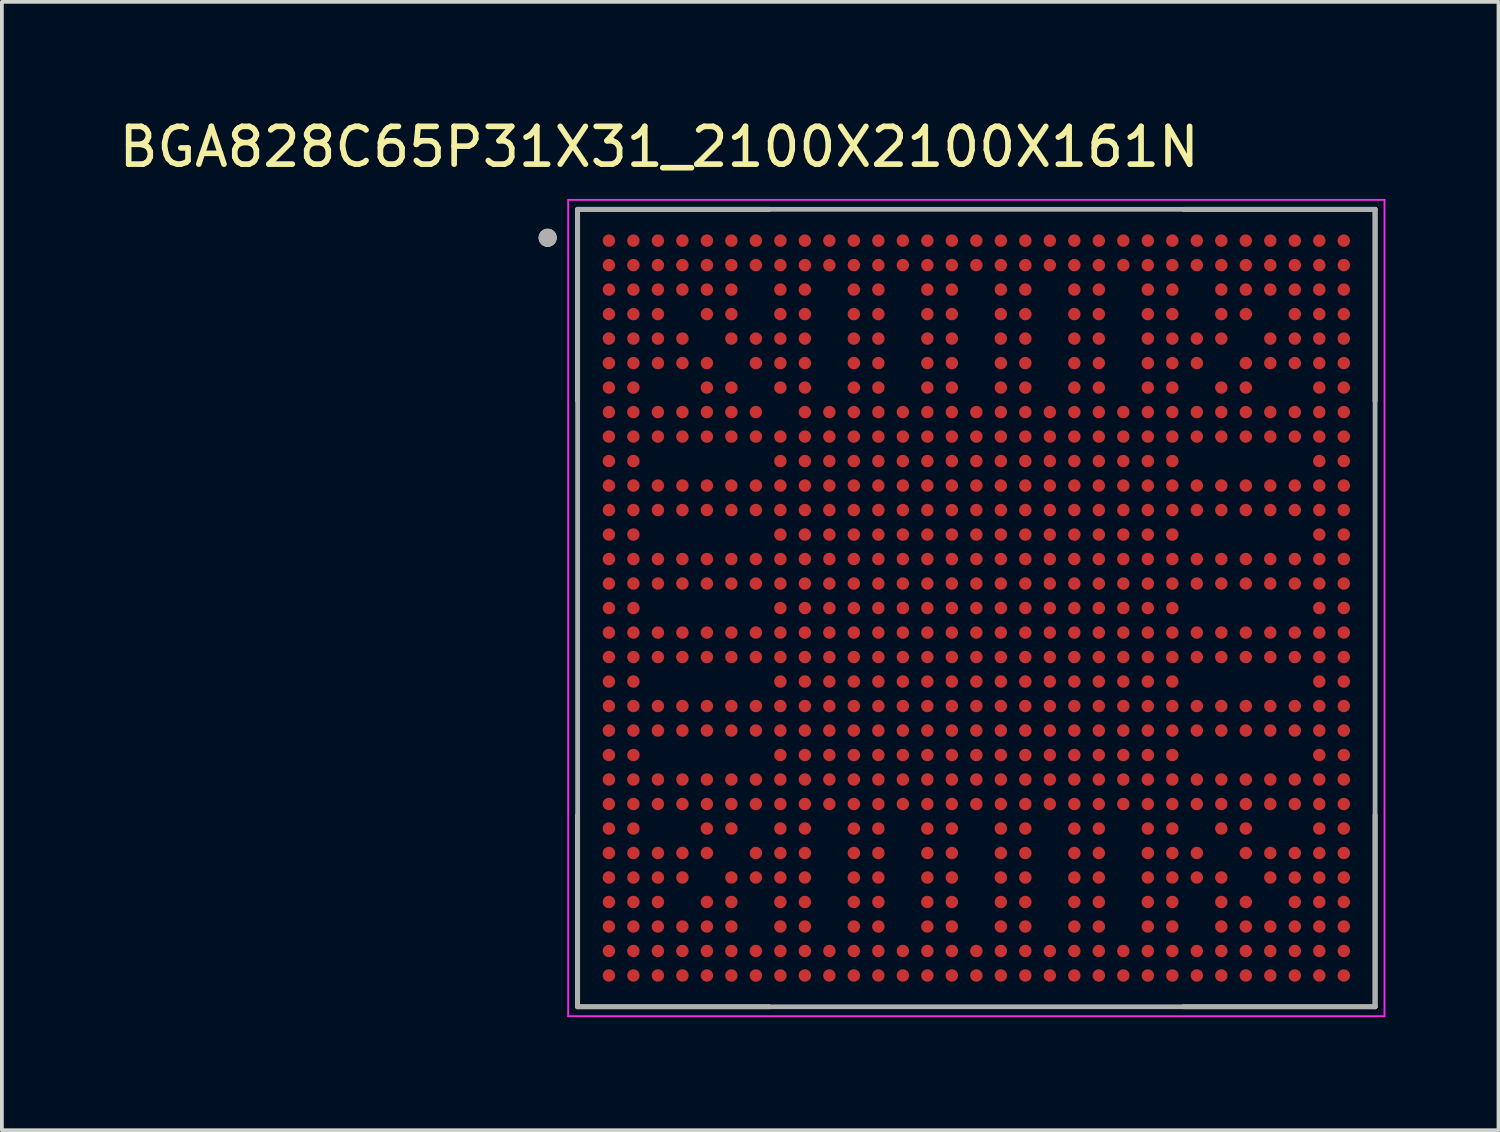
<source format=kicad_pcb>
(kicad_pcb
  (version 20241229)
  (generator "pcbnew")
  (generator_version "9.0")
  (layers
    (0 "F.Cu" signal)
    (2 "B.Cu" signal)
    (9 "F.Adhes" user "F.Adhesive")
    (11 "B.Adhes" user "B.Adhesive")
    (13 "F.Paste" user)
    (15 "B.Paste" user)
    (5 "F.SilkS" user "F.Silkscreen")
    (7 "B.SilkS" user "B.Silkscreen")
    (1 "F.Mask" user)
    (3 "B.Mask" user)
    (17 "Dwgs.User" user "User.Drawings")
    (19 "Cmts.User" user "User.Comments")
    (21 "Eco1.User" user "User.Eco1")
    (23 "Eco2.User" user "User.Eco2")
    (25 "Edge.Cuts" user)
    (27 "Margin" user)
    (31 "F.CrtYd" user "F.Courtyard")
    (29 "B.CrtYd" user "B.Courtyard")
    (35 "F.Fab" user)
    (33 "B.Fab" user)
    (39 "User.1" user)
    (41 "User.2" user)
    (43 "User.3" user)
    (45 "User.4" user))
  (footprint "BGA828C65P31X31_2100X2100X161N"
    (layer "F.Cu")
    (at 22.857 13.084)
    (property "Reference" "BGA828C65P31X31_2100X2100X161N" (at -8.417 -12.235 0) (layer "F.SilkS") (effects (font (size 1.002 1.002) (thickness 0.15))))
    (attr smd)
    (fp_line (start -10.58 -5.5) (end -10.58 -10.58) (stroke (width 0.127) (type solid)) (layer "F.SilkS"))
    (fp_line (start -10.58 5.5) (end -10.58 10.58) (stroke (width 0.127) (type solid)) (layer "F.SilkS"))
    (fp_line (start -5.5 -10.58) (end -10.58 -10.58) (stroke (width 0.127) (type solid)) (layer "F.SilkS"))
    (fp_line (start -5.5 10.58) (end -10.58 10.58) (stroke (width 0.127) (type solid)) (layer "F.SilkS"))
    (fp_line (start 5.5 -10.58) (end 10.58 -10.58) (stroke (width 0.127) (type solid)) (layer "F.SilkS"))
    (fp_line (start 5.5 10.58) (end 10.58 10.58) (stroke (width 0.127) (type solid)) (layer "F.SilkS"))
    (fp_line (start 10.58 -5.5) (end 10.58 -10.58) (stroke (width 0.127) (type solid)) (layer "F.SilkS"))
    (fp_line (start 10.58 5.5) (end 10.58 10.58) (stroke (width 0.127) (type solid)) (layer "F.SilkS"))
    (fp_circle (center -11.375 -9.825) (end -11.255 -9.825) (stroke (width 0.24) (type solid)) (fill no) (layer "F.SilkS"))
    (fp_line (start -10.83 -10.83) (end 10.83 -10.83) (stroke (width 0.05) (type solid)) (layer "F.CrtYd"))
    (fp_line (start -10.83 10.83) (end -10.83 -10.83) (stroke (width 0.05) (type solid)) (layer "F.CrtYd"))
    (fp_line (start -10.83 10.83) (end 10.83 10.83) (stroke (width 0.05) (type solid)) (layer "F.CrtYd"))
    (fp_line (start 10.83 10.83) (end 10.83 -10.83) (stroke (width 0.05) (type solid)) (layer "F.CrtYd"))
    (fp_line (start -10.58 10.58) (end -10.58 -10.58) (stroke (width 0.127) (type solid)) (layer "F.Fab"))
    (fp_line (start 10.58 -10.58) (end -10.58 -10.58) (stroke (width 0.127) (type solid)) (layer "F.Fab"))
    (fp_line (start 10.58 10.58) (end -10.58 10.58) (stroke (width 0.127) (type solid)) (layer "F.Fab"))
    (fp_line (start 10.58 10.58) (end 10.58 -10.58) (stroke (width 0.127) (type solid)) (layer "F.Fab"))
    (fp_circle (center -11.375 -9.825) (end -11.255 -9.825) (stroke (width 0.24) (type solid)) (fill no) (layer "F.Fab"))
    (pad "A1" smd circle (at -9.75 -9.75) (size 0.33 0.33) (layers "F.Cu" "F.Mask" "F.Paste"))
    (pad "A2" smd circle (at -9.1 -9.75) (size 0.33 0.33) (layers "F.Cu" "F.Mask" "F.Paste"))
    (pad "A3" smd circle (at -8.45 -9.75) (size 0.33 0.33) (layers "F.Cu" "F.Mask" "F.Paste"))
    (pad "A4" smd circle (at -7.8 -9.75) (size 0.33 0.33) (layers "F.Cu" "F.Mask" "F.Paste"))
    (pad "A5" smd circle (at -7.15 -9.75) (size 0.33 0.33) (layers "F.Cu" "F.Mask" "F.Paste"))
    (pad "A6" smd circle (at -6.5 -9.75) (size 0.33 0.33) (layers "F.Cu" "F.Mask" "F.Paste"))
    (pad "A7" smd circle (at -5.85 -9.75) (size 0.33 0.33) (layers "F.Cu" "F.Mask" "F.Paste"))
    (pad "A8" smd circle (at -5.2 -9.75) (size 0.33 0.33) (layers "F.Cu" "F.Mask" "F.Paste"))
    (pad "A9" smd circle (at -4.55 -9.75) (size 0.33 0.33) (layers "F.Cu" "F.Mask" "F.Paste"))
    (pad "A10" smd circle (at -3.9 -9.75) (size 0.33 0.33) (layers "F.Cu" "F.Mask" "F.Paste"))
    (pad "A11" smd circle (at -3.25 -9.75) (size 0.33 0.33) (layers "F.Cu" "F.Mask" "F.Paste"))
    (pad "A12" smd circle (at -2.6 -9.75) (size 0.33 0.33) (layers "F.Cu" "F.Mask" "F.Paste"))
    (pad "A13" smd circle (at -1.95 -9.75) (size 0.33 0.33) (layers "F.Cu" "F.Mask" "F.Paste"))
    (pad "A14" smd circle (at -1.3 -9.75) (size 0.33 0.33) (layers "F.Cu" "F.Mask" "F.Paste"))
    (pad "A15" smd circle (at -0.65 -9.75) (size 0.33 0.33) (layers "F.Cu" "F.Mask" "F.Paste"))
    (pad "A16" smd circle (at 0 -9.75) (size 0.33 0.33) (layers "F.Cu" "F.Mask" "F.Paste"))
    (pad "A17" smd circle (at 0.65 -9.75) (size 0.33 0.33) (layers "F.Cu" "F.Mask" "F.Paste"))
    (pad "A18" smd circle (at 1.3 -9.75) (size 0.33 0.33) (layers "F.Cu" "F.Mask" "F.Paste"))
    (pad "A19" smd circle (at 1.95 -9.75) (size 0.33 0.33) (layers "F.Cu" "F.Mask" "F.Paste"))
    (pad "A20" smd circle (at 2.6 -9.75) (size 0.33 0.33) (layers "F.Cu" "F.Mask" "F.Paste"))
    (pad "A21" smd circle (at 3.25 -9.75) (size 0.33 0.33) (layers "F.Cu" "F.Mask" "F.Paste"))
    (pad "A22" smd circle (at 3.9 -9.75) (size 0.33 0.33) (layers "F.Cu" "F.Mask" "F.Paste"))
    (pad "A23" smd circle (at 4.55 -9.75) (size 0.33 0.33) (layers "F.Cu" "F.Mask" "F.Paste"))
    (pad "A24" smd circle (at 5.2 -9.75) (size 0.33 0.33) (layers "F.Cu" "F.Mask" "F.Paste"))
    (pad "A25" smd circle (at 5.85 -9.75) (size 0.33 0.33) (layers "F.Cu" "F.Mask" "F.Paste"))
    (pad "A26" smd circle (at 6.5 -9.75) (size 0.33 0.33) (layers "F.Cu" "F.Mask" "F.Paste"))
    (pad "A27" smd circle (at 7.15 -9.75) (size 0.33 0.33) (layers "F.Cu" "F.Mask" "F.Paste"))
    (pad "A28" smd circle (at 7.8 -9.75) (size 0.33 0.33) (layers "F.Cu" "F.Mask" "F.Paste"))
    (pad "A29" smd circle (at 8.45 -9.75) (size 0.33 0.33) (layers "F.Cu" "F.Mask" "F.Paste"))
    (pad "A30" smd circle (at 9.1 -9.75) (size 0.33 0.33) (layers "F.Cu" "F.Mask" "F.Paste"))
    (pad "A31" smd circle (at 9.75 -9.75) (size 0.33 0.33) (layers "F.Cu" "F.Mask" "F.Paste"))
    (pad "AA1" smd circle (at -9.75 3.25) (size 0.33 0.33) (layers "F.Cu" "F.Mask" "F.Paste"))
    (pad "AA2" smd circle (at -9.1 3.25) (size 0.33 0.33) (layers "F.Cu" "F.Mask" "F.Paste"))
    (pad "AA3" smd circle (at -8.45 3.25) (size 0.33 0.33) (layers "F.Cu" "F.Mask" "F.Paste"))
    (pad "AA4" smd circle (at -7.8 3.25) (size 0.33 0.33) (layers "F.Cu" "F.Mask" "F.Paste"))
    (pad "AA5" smd circle (at -7.15 3.25) (size 0.33 0.33) (layers "F.Cu" "F.Mask" "F.Paste"))
    (pad "AA6" smd circle (at -6.5 3.25) (size 0.33 0.33) (layers "F.Cu" "F.Mask" "F.Paste"))
    (pad "AA7" smd circle (at -5.85 3.25) (size 0.33 0.33) (layers "F.Cu" "F.Mask" "F.Paste"))
    (pad "AA8" smd circle (at -5.2 3.25) (size 0.33 0.33) (layers "F.Cu" "F.Mask" "F.Paste"))
    (pad "AA9" smd circle (at -4.55 3.25) (size 0.33 0.33) (layers "F.Cu" "F.Mask" "F.Paste"))
    (pad "AA10" smd circle (at -3.9 3.25) (size 0.33 0.33) (layers "F.Cu" "F.Mask" "F.Paste"))
    (pad "AA11" smd circle (at -3.25 3.25) (size 0.33 0.33) (layers "F.Cu" "F.Mask" "F.Paste"))
    (pad "AA12" smd circle (at -2.6 3.25) (size 0.33 0.33) (layers "F.Cu" "F.Mask" "F.Paste"))
    (pad "AA13" smd circle (at -1.95 3.25) (size 0.33 0.33) (layers "F.Cu" "F.Mask" "F.Paste"))
    (pad "AA14" smd circle (at -1.3 3.25) (size 0.33 0.33) (layers "F.Cu" "F.Mask" "F.Paste"))
    (pad "AA15" smd circle (at -0.65 3.25) (size 0.33 0.33) (layers "F.Cu" "F.Mask" "F.Paste"))
    (pad "AA16" smd circle (at 0 3.25) (size 0.33 0.33) (layers "F.Cu" "F.Mask" "F.Paste"))
    (pad "AA17" smd circle (at 0.65 3.25) (size 0.33 0.33) (layers "F.Cu" "F.Mask" "F.Paste"))
    (pad "AA18" smd circle (at 1.3 3.25) (size 0.33 0.33) (layers "F.Cu" "F.Mask" "F.Paste"))
    (pad "AA19" smd circle (at 1.95 3.25) (size 0.33 0.33) (layers "F.Cu" "F.Mask" "F.Paste"))
    (pad "AA20" smd circle (at 2.6 3.25) (size 0.33 0.33) (layers "F.Cu" "F.Mask" "F.Paste"))
    (pad "AA21" smd circle (at 3.25 3.25) (size 0.33 0.33) (layers "F.Cu" "F.Mask" "F.Paste"))
    (pad "AA22" smd circle (at 3.9 3.25) (size 0.33 0.33) (layers "F.Cu" "F.Mask" "F.Paste"))
    (pad "AA23" smd circle (at 4.55 3.25) (size 0.33 0.33) (layers "F.Cu" "F.Mask" "F.Paste"))
    (pad "AA24" smd circle (at 5.2 3.25) (size 0.33 0.33) (layers "F.Cu" "F.Mask" "F.Paste"))
    (pad "AA25" smd circle (at 5.85 3.25) (size 0.33 0.33) (layers "F.Cu" "F.Mask" "F.Paste"))
    (pad "AA26" smd circle (at 6.5 3.25) (size 0.33 0.33) (layers "F.Cu" "F.Mask" "F.Paste"))
    (pad "AA27" smd circle (at 7.15 3.25) (size 0.33 0.33) (layers "F.Cu" "F.Mask" "F.Paste"))
    (pad "AA28" smd circle (at 7.8 3.25) (size 0.33 0.33) (layers "F.Cu" "F.Mask" "F.Paste"))
    (pad "AA29" smd circle (at 8.45 3.25) (size 0.33 0.33) (layers "F.Cu" "F.Mask" "F.Paste"))
    (pad "AA30" smd circle (at 9.1 3.25) (size 0.33 0.33) (layers "F.Cu" "F.Mask" "F.Paste"))
    (pad "AA31" smd circle (at 9.75 3.25) (size 0.33 0.33) (layers "F.Cu" "F.Mask" "F.Paste"))
    (pad "AB1" smd circle (at -9.75 3.9) (size 0.33 0.33) (layers "F.Cu" "F.Mask" "F.Paste"))
    (pad "AB2" smd circle (at -9.1 3.9) (size 0.33 0.33) (layers "F.Cu" "F.Mask" "F.Paste"))
    (pad "AB8" smd circle (at -5.2 3.9) (size 0.33 0.33) (layers "F.Cu" "F.Mask" "F.Paste"))
    (pad "AB9" smd circle (at -4.55 3.9) (size 0.33 0.33) (layers "F.Cu" "F.Mask" "F.Paste"))
    (pad "AB10" smd circle (at -3.9 3.9) (size 0.33 0.33) (layers "F.Cu" "F.Mask" "F.Paste"))
    (pad "AB11" smd circle (at -3.25 3.9) (size 0.33 0.33) (layers "F.Cu" "F.Mask" "F.Paste"))
    (pad "AB12" smd circle (at -2.6 3.9) (size 0.33 0.33) (layers "F.Cu" "F.Mask" "F.Paste"))
    (pad "AB13" smd circle (at -1.95 3.9) (size 0.33 0.33) (layers "F.Cu" "F.Mask" "F.Paste"))
    (pad "AB14" smd circle (at -1.3 3.9) (size 0.33 0.33) (layers "F.Cu" "F.Mask" "F.Paste"))
    (pad "AB15" smd circle (at -0.65 3.9) (size 0.33 0.33) (layers "F.Cu" "F.Mask" "F.Paste"))
    (pad "AB16" smd circle (at 0 3.9) (size 0.33 0.33) (layers "F.Cu" "F.Mask" "F.Paste"))
    (pad "AB17" smd circle (at 0.65 3.9) (size 0.33 0.33) (layers "F.Cu" "F.Mask" "F.Paste"))
    (pad "AB18" smd circle (at 1.3 3.9) (size 0.33 0.33) (layers "F.Cu" "F.Mask" "F.Paste"))
    (pad "AB19" smd circle (at 1.95 3.9) (size 0.33 0.33) (layers "F.Cu" "F.Mask" "F.Paste"))
    (pad "AB20" smd circle (at 2.6 3.9) (size 0.33 0.33) (layers "F.Cu" "F.Mask" "F.Paste"))
    (pad "AB21" smd circle (at 3.25 3.9) (size 0.33 0.33) (layers "F.Cu" "F.Mask" "F.Paste"))
    (pad "AB22" smd circle (at 3.9 3.9) (size 0.33 0.33) (layers "F.Cu" "F.Mask" "F.Paste"))
    (pad "AB23" smd circle (at 4.55 3.9) (size 0.33 0.33) (layers "F.Cu" "F.Mask" "F.Paste"))
    (pad "AB24" smd circle (at 5.2 3.9) (size 0.33 0.33) (layers "F.Cu" "F.Mask" "F.Paste"))
    (pad "AB30" smd circle (at 9.1 3.9) (size 0.33 0.33) (layers "F.Cu" "F.Mask" "F.Paste"))
    (pad "AB31" smd circle (at 9.75 3.9) (size 0.33 0.33) (layers "F.Cu" "F.Mask" "F.Paste"))
    (pad "AC1" smd circle (at -9.75 4.55) (size 0.33 0.33) (layers "F.Cu" "F.Mask" "F.Paste"))
    (pad "AC2" smd circle (at -9.1 4.55) (size 0.33 0.33) (layers "F.Cu" "F.Mask" "F.Paste"))
    (pad "AC3" smd circle (at -8.45 4.55) (size 0.33 0.33) (layers "F.Cu" "F.Mask" "F.Paste"))
    (pad "AC4" smd circle (at -7.8 4.55) (size 0.33 0.33) (layers "F.Cu" "F.Mask" "F.Paste"))
    (pad "AC5" smd circle (at -7.15 4.55) (size 0.33 0.33) (layers "F.Cu" "F.Mask" "F.Paste"))
    (pad "AC6" smd circle (at -6.5 4.55) (size 0.33 0.33) (layers "F.Cu" "F.Mask" "F.Paste"))
    (pad "AC7" smd circle (at -5.85 4.55) (size 0.33 0.33) (layers "F.Cu" "F.Mask" "F.Paste"))
    (pad "AC8" smd circle (at -5.2 4.55) (size 0.33 0.33) (layers "F.Cu" "F.Mask" "F.Paste"))
    (pad "AC9" smd circle (at -4.55 4.55) (size 0.33 0.33) (layers "F.Cu" "F.Mask" "F.Paste"))
    (pad "AC10" smd circle (at -3.9 4.55) (size 0.33 0.33) (layers "F.Cu" "F.Mask" "F.Paste"))
    (pad "AC11" smd circle (at -3.25 4.55) (size 0.33 0.33) (layers "F.Cu" "F.Mask" "F.Paste"))
    (pad "AC12" smd circle (at -2.6 4.55) (size 0.33 0.33) (layers "F.Cu" "F.Mask" "F.Paste"))
    (pad "AC13" smd circle (at -1.95 4.55) (size 0.33 0.33) (layers "F.Cu" "F.Mask" "F.Paste"))
    (pad "AC14" smd circle (at -1.3 4.55) (size 0.33 0.33) (layers "F.Cu" "F.Mask" "F.Paste"))
    (pad "AC15" smd circle (at -0.65 4.55) (size 0.33 0.33) (layers "F.Cu" "F.Mask" "F.Paste"))
    (pad "AC16" smd circle (at 0 4.55) (size 0.33 0.33) (layers "F.Cu" "F.Mask" "F.Paste"))
    (pad "AC17" smd circle (at 0.65 4.55) (size 0.33 0.33) (layers "F.Cu" "F.Mask" "F.Paste"))
    (pad "AC18" smd circle (at 1.3 4.55) (size 0.33 0.33) (layers "F.Cu" "F.Mask" "F.Paste"))
    (pad "AC19" smd circle (at 1.95 4.55) (size 0.33 0.33) (layers "F.Cu" "F.Mask" "F.Paste"))
    (pad "AC20" smd circle (at 2.6 4.55) (size 0.33 0.33) (layers "F.Cu" "F.Mask" "F.Paste"))
    (pad "AC21" smd circle (at 3.25 4.55) (size 0.33 0.33) (layers "F.Cu" "F.Mask" "F.Paste"))
    (pad "AC22" smd circle (at 3.9 4.55) (size 0.33 0.33) (layers "F.Cu" "F.Mask" "F.Paste"))
    (pad "AC23" smd circle (at 4.55 4.55) (size 0.33 0.33) (layers "F.Cu" "F.Mask" "F.Paste"))
    (pad "AC24" smd circle (at 5.2 4.55) (size 0.33 0.33) (layers "F.Cu" "F.Mask" "F.Paste"))
    (pad "AC25" smd circle (at 5.85 4.55) (size 0.33 0.33) (layers "F.Cu" "F.Mask" "F.Paste"))
    (pad "AC26" smd circle (at 6.5 4.55) (size 0.33 0.33) (layers "F.Cu" "F.Mask" "F.Paste"))
    (pad "AC27" smd circle (at 7.15 4.55) (size 0.33 0.33) (layers "F.Cu" "F.Mask" "F.Paste"))
    (pad "AC28" smd circle (at 7.8 4.55) (size 0.33 0.33) (layers "F.Cu" "F.Mask" "F.Paste"))
    (pad "AC29" smd circle (at 8.45 4.55) (size 0.33 0.33) (layers "F.Cu" "F.Mask" "F.Paste"))
    (pad "AC30" smd circle (at 9.1 4.55) (size 0.33 0.33) (layers "F.Cu" "F.Mask" "F.Paste"))
    (pad "AC31" smd circle (at 9.75 4.55) (size 0.33 0.33) (layers "F.Cu" "F.Mask" "F.Paste"))
    (pad "AD1" smd circle (at -9.75 5.2) (size 0.33 0.33) (layers "F.Cu" "F.Mask" "F.Paste"))
    (pad "AD2" smd circle (at -9.1 5.2) (size 0.33 0.33) (layers "F.Cu" "F.Mask" "F.Paste"))
    (pad "AD3" smd circle (at -8.45 5.2) (size 0.33 0.33) (layers "F.Cu" "F.Mask" "F.Paste"))
    (pad "AD4" smd circle (at -7.8 5.2) (size 0.33 0.33) (layers "F.Cu" "F.Mask" "F.Paste"))
    (pad "AD5" smd circle (at -7.15 5.2) (size 0.33 0.33) (layers "F.Cu" "F.Mask" "F.Paste"))
    (pad "AD6" smd circle (at -6.5 5.2) (size 0.33 0.33) (layers "F.Cu" "F.Mask" "F.Paste"))
    (pad "AD7" smd circle (at -5.85 5.2) (size 0.33 0.33) (layers "F.Cu" "F.Mask" "F.Paste"))
    (pad "AD8" smd circle (at -5.2 5.2) (size 0.33 0.33) (layers "F.Cu" "F.Mask" "F.Paste"))
    (pad "AD9" smd circle (at -4.55 5.2) (size 0.33 0.33) (layers "F.Cu" "F.Mask" "F.Paste"))
    (pad "AD10" smd circle (at -3.9 5.2) (size 0.33 0.33) (layers "F.Cu" "F.Mask" "F.Paste"))
    (pad "AD11" smd circle (at -3.25 5.2) (size 0.33 0.33) (layers "F.Cu" "F.Mask" "F.Paste"))
    (pad "AD12" smd circle (at -2.6 5.2) (size 0.33 0.33) (layers "F.Cu" "F.Mask" "F.Paste"))
    (pad "AD13" smd circle (at -1.95 5.2) (size 0.33 0.33) (layers "F.Cu" "F.Mask" "F.Paste"))
    (pad "AD14" smd circle (at -1.3 5.2) (size 0.33 0.33) (layers "F.Cu" "F.Mask" "F.Paste"))
    (pad "AD15" smd circle (at -0.65 5.2) (size 0.33 0.33) (layers "F.Cu" "F.Mask" "F.Paste"))
    (pad "AD16" smd circle (at 0 5.2) (size 0.33 0.33) (layers "F.Cu" "F.Mask" "F.Paste"))
    (pad "AD17" smd circle (at 0.65 5.2) (size 0.33 0.33) (layers "F.Cu" "F.Mask" "F.Paste"))
    (pad "AD18" smd circle (at 1.3 5.2) (size 0.33 0.33) (layers "F.Cu" "F.Mask" "F.Paste"))
    (pad "AD19" smd circle (at 1.95 5.2) (size 0.33 0.33) (layers "F.Cu" "F.Mask" "F.Paste"))
    (pad "AD20" smd circle (at 2.6 5.2) (size 0.33 0.33) (layers "F.Cu" "F.Mask" "F.Paste"))
    (pad "AD21" smd circle (at 3.25 5.2) (size 0.33 0.33) (layers "F.Cu" "F.Mask" "F.Paste"))
    (pad "AD22" smd circle (at 3.9 5.2) (size 0.33 0.33) (layers "F.Cu" "F.Mask" "F.Paste"))
    (pad "AD23" smd circle (at 4.55 5.2) (size 0.33 0.33) (layers "F.Cu" "F.Mask" "F.Paste"))
    (pad "AD24" smd circle (at 5.2 5.2) (size 0.33 0.33) (layers "F.Cu" "F.Mask" "F.Paste"))
    (pad "AD25" smd circle (at 5.85 5.2) (size 0.33 0.33) (layers "F.Cu" "F.Mask" "F.Paste"))
    (pad "AD26" smd circle (at 6.5 5.2) (size 0.33 0.33) (layers "F.Cu" "F.Mask" "F.Paste"))
    (pad "AD27" smd circle (at 7.15 5.2) (size 0.33 0.33) (layers "F.Cu" "F.Mask" "F.Paste"))
    (pad "AD28" smd circle (at 7.8 5.2) (size 0.33 0.33) (layers "F.Cu" "F.Mask" "F.Paste"))
    (pad "AD29" smd circle (at 8.45 5.2) (size 0.33 0.33) (layers "F.Cu" "F.Mask" "F.Paste"))
    (pad "AD30" smd circle (at 9.1 5.2) (size 0.33 0.33) (layers "F.Cu" "F.Mask" "F.Paste"))
    (pad "AD31" smd circle (at 9.75 5.2) (size 0.33 0.33) (layers "F.Cu" "F.Mask" "F.Paste"))
    (pad "AE1" smd circle (at -9.75 5.85) (size 0.33 0.33) (layers "F.Cu" "F.Mask" "F.Paste"))
    (pad "AE2" smd circle (at -9.1 5.85) (size 0.33 0.33) (layers "F.Cu" "F.Mask" "F.Paste"))
    (pad "AE5" smd circle (at -7.15 5.85) (size 0.33 0.33) (layers "F.Cu" "F.Mask" "F.Paste"))
    (pad "AE6" smd circle (at -6.5 5.85) (size 0.33 0.33) (layers "F.Cu" "F.Mask" "F.Paste"))
    (pad "AE8" smd circle (at -5.2 5.85) (size 0.33 0.33) (layers "F.Cu" "F.Mask" "F.Paste"))
    (pad "AE9" smd circle (at -4.55 5.85) (size 0.33 0.33) (layers "F.Cu" "F.Mask" "F.Paste"))
    (pad "AE11" smd circle (at -3.25 5.85) (size 0.33 0.33) (layers "F.Cu" "F.Mask" "F.Paste"))
    (pad "AE12" smd circle (at -2.6 5.85) (size 0.33 0.33) (layers "F.Cu" "F.Mask" "F.Paste"))
    (pad "AE14" smd circle (at -1.3 5.85) (size 0.33 0.33) (layers "F.Cu" "F.Mask" "F.Paste"))
    (pad "AE15" smd circle (at -0.65 5.85) (size 0.33 0.33) (layers "F.Cu" "F.Mask" "F.Paste"))
    (pad "AE17" smd circle (at 0.65 5.85) (size 0.33 0.33) (layers "F.Cu" "F.Mask" "F.Paste"))
    (pad "AE18" smd circle (at 1.3 5.85) (size 0.33 0.33) (layers "F.Cu" "F.Mask" "F.Paste"))
    (pad "AE20" smd circle (at 2.6 5.85) (size 0.33 0.33) (layers "F.Cu" "F.Mask" "F.Paste"))
    (pad "AE21" smd circle (at 3.25 5.85) (size 0.33 0.33) (layers "F.Cu" "F.Mask" "F.Paste"))
    (pad "AE23" smd circle (at 4.55 5.85) (size 0.33 0.33) (layers "F.Cu" "F.Mask" "F.Paste"))
    (pad "AE24" smd circle (at 5.2 5.85) (size 0.33 0.33) (layers "F.Cu" "F.Mask" "F.Paste"))
    (pad "AE26" smd circle (at 6.5 5.85) (size 0.33 0.33) (layers "F.Cu" "F.Mask" "F.Paste"))
    (pad "AE27" smd circle (at 7.15 5.85) (size 0.33 0.33) (layers "F.Cu" "F.Mask" "F.Paste"))
    (pad "AE30" smd circle (at 9.1 5.85) (size 0.33 0.33) (layers "F.Cu" "F.Mask" "F.Paste"))
    (pad "AE31" smd circle (at 9.75 5.85) (size 0.33 0.33) (layers "F.Cu" "F.Mask" "F.Paste"))
    (pad "AF1" smd circle (at -9.75 6.5) (size 0.33 0.33) (layers "F.Cu" "F.Mask" "F.Paste"))
    (pad "AF2" smd circle (at -9.1 6.5) (size 0.33 0.33) (layers "F.Cu" "F.Mask" "F.Paste"))
    (pad "AF3" smd circle (at -8.45 6.5) (size 0.33 0.33) (layers "F.Cu" "F.Mask" "F.Paste"))
    (pad "AF4" smd circle (at -7.8 6.5) (size 0.33 0.33) (layers "F.Cu" "F.Mask" "F.Paste"))
    (pad "AF5" smd circle (at -7.15 6.5) (size 0.33 0.33) (layers "F.Cu" "F.Mask" "F.Paste"))
    (pad "AF7" smd circle (at -5.85 6.5) (size 0.33 0.33) (layers "F.Cu" "F.Mask" "F.Paste"))
    (pad "AF8" smd circle (at -5.2 6.5) (size 0.33 0.33) (layers "F.Cu" "F.Mask" "F.Paste"))
    (pad "AF9" smd circle (at -4.55 6.5) (size 0.33 0.33) (layers "F.Cu" "F.Mask" "F.Paste"))
    (pad "AF11" smd circle (at -3.25 6.5) (size 0.33 0.33) (layers "F.Cu" "F.Mask" "F.Paste"))
    (pad "AF12" smd circle (at -2.6 6.5) (size 0.33 0.33) (layers "F.Cu" "F.Mask" "F.Paste"))
    (pad "AF14" smd circle (at -1.3 6.5) (size 0.33 0.33) (layers "F.Cu" "F.Mask" "F.Paste"))
    (pad "AF15" smd circle (at -0.65 6.5) (size 0.33 0.33) (layers "F.Cu" "F.Mask" "F.Paste"))
    (pad "AF17" smd circle (at 0.65 6.5) (size 0.33 0.33) (layers "F.Cu" "F.Mask" "F.Paste"))
    (pad "AF18" smd circle (at 1.3 6.5) (size 0.33 0.33) (layers "F.Cu" "F.Mask" "F.Paste"))
    (pad "AF20" smd circle (at 2.6 6.5) (size 0.33 0.33) (layers "F.Cu" "F.Mask" "F.Paste"))
    (pad "AF21" smd circle (at 3.25 6.5) (size 0.33 0.33) (layers "F.Cu" "F.Mask" "F.Paste"))
    (pad "AF23" smd circle (at 4.55 6.5) (size 0.33 0.33) (layers "F.Cu" "F.Mask" "F.Paste"))
    (pad "AF24" smd circle (at 5.2 6.5) (size 0.33 0.33) (layers "F.Cu" "F.Mask" "F.Paste"))
    (pad "AF25" smd circle (at 5.85 6.5) (size 0.33 0.33) (layers "F.Cu" "F.Mask" "F.Paste"))
    (pad "AF27" smd circle (at 7.15 6.5) (size 0.33 0.33) (layers "F.Cu" "F.Mask" "F.Paste"))
    (pad "AF28" smd circle (at 7.8 6.5) (size 0.33 0.33) (layers "F.Cu" "F.Mask" "F.Paste"))
    (pad "AF29" smd circle (at 8.45 6.5) (size 0.33 0.33) (layers "F.Cu" "F.Mask" "F.Paste"))
    (pad "AF30" smd circle (at 9.1 6.5) (size 0.33 0.33) (layers "F.Cu" "F.Mask" "F.Paste"))
    (pad "AF31" smd circle (at 9.75 6.5) (size 0.33 0.33) (layers "F.Cu" "F.Mask" "F.Paste"))
    (pad "AG1" smd circle (at -9.75 7.15) (size 0.33 0.33) (layers "F.Cu" "F.Mask" "F.Paste"))
    (pad "AG2" smd circle (at -9.1 7.15) (size 0.33 0.33) (layers "F.Cu" "F.Mask" "F.Paste"))
    (pad "AG3" smd circle (at -8.45 7.15) (size 0.33 0.33) (layers "F.Cu" "F.Mask" "F.Paste"))
    (pad "AG4" smd circle (at -7.8 7.15) (size 0.33 0.33) (layers "F.Cu" "F.Mask" "F.Paste"))
    (pad "AG6" smd circle (at -6.5 7.15) (size 0.33 0.33) (layers "F.Cu" "F.Mask" "F.Paste"))
    (pad "AG7" smd circle (at -5.85 7.15) (size 0.33 0.33) (layers "F.Cu" "F.Mask" "F.Paste"))
    (pad "AG8" smd circle (at -5.2 7.15) (size 0.33 0.33) (layers "F.Cu" "F.Mask" "F.Paste"))
    (pad "AG9" smd circle (at -4.55 7.15) (size 0.33 0.33) (layers "F.Cu" "F.Mask" "F.Paste"))
    (pad "AG11" smd circle (at -3.25 7.15) (size 0.33 0.33) (layers "F.Cu" "F.Mask" "F.Paste"))
    (pad "AG12" smd circle (at -2.6 7.15) (size 0.33 0.33) (layers "F.Cu" "F.Mask" "F.Paste"))
    (pad "AG14" smd circle (at -1.3 7.15) (size 0.33 0.33) (layers "F.Cu" "F.Mask" "F.Paste"))
    (pad "AG15" smd circle (at -0.65 7.15) (size 0.33 0.33) (layers "F.Cu" "F.Mask" "F.Paste"))
    (pad "AG17" smd circle (at 0.65 7.15) (size 0.33 0.33) (layers "F.Cu" "F.Mask" "F.Paste"))
    (pad "AG18" smd circle (at 1.3 7.15) (size 0.33 0.33) (layers "F.Cu" "F.Mask" "F.Paste"))
    (pad "AG20" smd circle (at 2.6 7.15) (size 0.33 0.33) (layers "F.Cu" "F.Mask" "F.Paste"))
    (pad "AG21" smd circle (at 3.25 7.15) (size 0.33 0.33) (layers "F.Cu" "F.Mask" "F.Paste"))
    (pad "AG23" smd circle (at 4.55 7.15) (size 0.33 0.33) (layers "F.Cu" "F.Mask" "F.Paste"))
    (pad "AG24" smd circle (at 5.2 7.15) (size 0.33 0.33) (layers "F.Cu" "F.Mask" "F.Paste"))
    (pad "AG25" smd circle (at 5.85 7.15) (size 0.33 0.33) (layers "F.Cu" "F.Mask" "F.Paste"))
    (pad "AG26" smd circle (at 6.5 7.15) (size 0.33 0.33) (layers "F.Cu" "F.Mask" "F.Paste"))
    (pad "AG28" smd circle (at 7.8 7.15) (size 0.33 0.33) (layers "F.Cu" "F.Mask" "F.Paste"))
    (pad "AG29" smd circle (at 8.45 7.15) (size 0.33 0.33) (layers "F.Cu" "F.Mask" "F.Paste"))
    (pad "AG30" smd circle (at 9.1 7.15) (size 0.33 0.33) (layers "F.Cu" "F.Mask" "F.Paste"))
    (pad "AG31" smd circle (at 9.75 7.15) (size 0.33 0.33) (layers "F.Cu" "F.Mask" "F.Paste"))
    (pad "AH1" smd circle (at -9.75 7.8) (size 0.33 0.33) (layers "F.Cu" "F.Mask" "F.Paste"))
    (pad "AH2" smd circle (at -9.1 7.8) (size 0.33 0.33) (layers "F.Cu" "F.Mask" "F.Paste"))
    (pad "AH3" smd circle (at -8.45 7.8) (size 0.33 0.33) (layers "F.Cu" "F.Mask" "F.Paste"))
    (pad "AH5" smd circle (at -7.15 7.8) (size 0.33 0.33) (layers "F.Cu" "F.Mask" "F.Paste"))
    (pad "AH6" smd circle (at -6.5 7.8) (size 0.33 0.33) (layers "F.Cu" "F.Mask" "F.Paste"))
    (pad "AH8" smd circle (at -5.2 7.8) (size 0.33 0.33) (layers "F.Cu" "F.Mask" "F.Paste"))
    (pad "AH9" smd circle (at -4.55 7.8) (size 0.33 0.33) (layers "F.Cu" "F.Mask" "F.Paste"))
    (pad "AH11" smd circle (at -3.25 7.8) (size 0.33 0.33) (layers "F.Cu" "F.Mask" "F.Paste"))
    (pad "AH12" smd circle (at -2.6 7.8) (size 0.33 0.33) (layers "F.Cu" "F.Mask" "F.Paste"))
    (pad "AH14" smd circle (at -1.3 7.8) (size 0.33 0.33) (layers "F.Cu" "F.Mask" "F.Paste"))
    (pad "AH15" smd circle (at -0.65 7.8) (size 0.33 0.33) (layers "F.Cu" "F.Mask" "F.Paste"))
    (pad "AH17" smd circle (at 0.65 7.8) (size 0.33 0.33) (layers "F.Cu" "F.Mask" "F.Paste"))
    (pad "AH18" smd circle (at 1.3 7.8) (size 0.33 0.33) (layers "F.Cu" "F.Mask" "F.Paste"))
    (pad "AH20" smd circle (at 2.6 7.8) (size 0.33 0.33) (layers "F.Cu" "F.Mask" "F.Paste"))
    (pad "AH21" smd circle (at 3.25 7.8) (size 0.33 0.33) (layers "F.Cu" "F.Mask" "F.Paste"))
    (pad "AH23" smd circle (at 4.55 7.8) (size 0.33 0.33) (layers "F.Cu" "F.Mask" "F.Paste"))
    (pad "AH24" smd circle (at 5.2 7.8) (size 0.33 0.33) (layers "F.Cu" "F.Mask" "F.Paste"))
    (pad "AH26" smd circle (at 6.5 7.8) (size 0.33 0.33) (layers "F.Cu" "F.Mask" "F.Paste"))
    (pad "AH27" smd circle (at 7.15 7.8) (size 0.33 0.33) (layers "F.Cu" "F.Mask" "F.Paste"))
    (pad "AH29" smd circle (at 8.45 7.8) (size 0.33 0.33) (layers "F.Cu" "F.Mask" "F.Paste"))
    (pad "AH30" smd circle (at 9.1 7.8) (size 0.33 0.33) (layers "F.Cu" "F.Mask" "F.Paste"))
    (pad "AH31" smd circle (at 9.75 7.8) (size 0.33 0.33) (layers "F.Cu" "F.Mask" "F.Paste"))
    (pad "AJ1" smd circle (at -9.75 8.45) (size 0.33 0.33) (layers "F.Cu" "F.Mask" "F.Paste"))
    (pad "AJ2" smd circle (at -9.1 8.45) (size 0.33 0.33) (layers "F.Cu" "F.Mask" "F.Paste"))
    (pad "AJ3" smd circle (at -8.45 8.45) (size 0.33 0.33) (layers "F.Cu" "F.Mask" "F.Paste"))
    (pad "AJ4" smd circle (at -7.8 8.45) (size 0.33 0.33) (layers "F.Cu" "F.Mask" "F.Paste"))
    (pad "AJ5" smd circle (at -7.15 8.45) (size 0.33 0.33) (layers "F.Cu" "F.Mask" "F.Paste"))
    (pad "AJ6" smd circle (at -6.5 8.45) (size 0.33 0.33) (layers "F.Cu" "F.Mask" "F.Paste"))
    (pad "AJ8" smd circle (at -5.2 8.45) (size 0.33 0.33) (layers "F.Cu" "F.Mask" "F.Paste"))
    (pad "AJ9" smd circle (at -4.55 8.45) (size 0.33 0.33) (layers "F.Cu" "F.Mask" "F.Paste"))
    (pad "AJ11" smd circle (at -3.25 8.45) (size 0.33 0.33) (layers "F.Cu" "F.Mask" "F.Paste"))
    (pad "AJ12" smd circle (at -2.6 8.45) (size 0.33 0.33) (layers "F.Cu" "F.Mask" "F.Paste"))
    (pad "AJ14" smd circle (at -1.3 8.45) (size 0.33 0.33) (layers "F.Cu" "F.Mask" "F.Paste"))
    (pad "AJ15" smd circle (at -0.65 8.45) (size 0.33 0.33) (layers "F.Cu" "F.Mask" "F.Paste"))
    (pad "AJ17" smd circle (at 0.65 8.45) (size 0.33 0.33) (layers "F.Cu" "F.Mask" "F.Paste"))
    (pad "AJ18" smd circle (at 1.3 8.45) (size 0.33 0.33) (layers "F.Cu" "F.Mask" "F.Paste"))
    (pad "AJ20" smd circle (at 2.6 8.45) (size 0.33 0.33) (layers "F.Cu" "F.Mask" "F.Paste"))
    (pad "AJ21" smd circle (at 3.25 8.45) (size 0.33 0.33) (layers "F.Cu" "F.Mask" "F.Paste"))
    (pad "AJ23" smd circle (at 4.55 8.45) (size 0.33 0.33) (layers "F.Cu" "F.Mask" "F.Paste"))
    (pad "AJ24" smd circle (at 5.2 8.45) (size 0.33 0.33) (layers "F.Cu" "F.Mask" "F.Paste"))
    (pad "AJ26" smd circle (at 6.5 8.45) (size 0.33 0.33) (layers "F.Cu" "F.Mask" "F.Paste"))
    (pad "AJ27" smd circle (at 7.15 8.45) (size 0.33 0.33) (layers "F.Cu" "F.Mask" "F.Paste"))
    (pad "AJ28" smd circle (at 7.8 8.45) (size 0.33 0.33) (layers "F.Cu" "F.Mask" "F.Paste"))
    (pad "AJ29" smd circle (at 8.45 8.45) (size 0.33 0.33) (layers "F.Cu" "F.Mask" "F.Paste"))
    (pad "AJ30" smd circle (at 9.1 8.45) (size 0.33 0.33) (layers "F.Cu" "F.Mask" "F.Paste"))
    (pad "AJ31" smd circle (at 9.75 8.45) (size 0.33 0.33) (layers "F.Cu" "F.Mask" "F.Paste"))
    (pad "AK1" smd circle (at -9.75 9.1) (size 0.33 0.33) (layers "F.Cu" "F.Mask" "F.Paste"))
    (pad "AK2" smd circle (at -9.1 9.1) (size 0.33 0.33) (layers "F.Cu" "F.Mask" "F.Paste"))
    (pad "AK3" smd circle (at -8.45 9.1) (size 0.33 0.33) (layers "F.Cu" "F.Mask" "F.Paste"))
    (pad "AK4" smd circle (at -7.8 9.1) (size 0.33 0.33) (layers "F.Cu" "F.Mask" "F.Paste"))
    (pad "AK5" smd circle (at -7.15 9.1) (size 0.33 0.33) (layers "F.Cu" "F.Mask" "F.Paste"))
    (pad "AK6" smd circle (at -6.5 9.1) (size 0.33 0.33) (layers "F.Cu" "F.Mask" "F.Paste"))
    (pad "AK7" smd circle (at -5.85 9.1) (size 0.33 0.33) (layers "F.Cu" "F.Mask" "F.Paste"))
    (pad "AK8" smd circle (at -5.2 9.1) (size 0.33 0.33) (layers "F.Cu" "F.Mask" "F.Paste"))
    (pad "AK9" smd circle (at -4.55 9.1) (size 0.33 0.33) (layers "F.Cu" "F.Mask" "F.Paste"))
    (pad "AK10" smd circle (at -3.9 9.1) (size 0.33 0.33) (layers "F.Cu" "F.Mask" "F.Paste"))
    (pad "AK11" smd circle (at -3.25 9.1) (size 0.33 0.33) (layers "F.Cu" "F.Mask" "F.Paste"))
    (pad "AK12" smd circle (at -2.6 9.1) (size 0.33 0.33) (layers "F.Cu" "F.Mask" "F.Paste"))
    (pad "AK13" smd circle (at -1.95 9.1) (size 0.33 0.33) (layers "F.Cu" "F.Mask" "F.Paste"))
    (pad "AK14" smd circle (at -1.3 9.1) (size 0.33 0.33) (layers "F.Cu" "F.Mask" "F.Paste"))
    (pad "AK15" smd circle (at -0.65 9.1) (size 0.33 0.33) (layers "F.Cu" "F.Mask" "F.Paste"))
    (pad "AK16" smd circle (at 0 9.1) (size 0.33 0.33) (layers "F.Cu" "F.Mask" "F.Paste"))
    (pad "AK17" smd circle (at 0.65 9.1) (size 0.33 0.33) (layers "F.Cu" "F.Mask" "F.Paste"))
    (pad "AK18" smd circle (at 1.3 9.1) (size 0.33 0.33) (layers "F.Cu" "F.Mask" "F.Paste"))
    (pad "AK19" smd circle (at 1.95 9.1) (size 0.33 0.33) (layers "F.Cu" "F.Mask" "F.Paste"))
    (pad "AK20" smd circle (at 2.6 9.1) (size 0.33 0.33) (layers "F.Cu" "F.Mask" "F.Paste"))
    (pad "AK21" smd circle (at 3.25 9.1) (size 0.33 0.33) (layers "F.Cu" "F.Mask" "F.Paste"))
    (pad "AK22" smd circle (at 3.9 9.1) (size 0.33 0.33) (layers "F.Cu" "F.Mask" "F.Paste"))
    (pad "AK23" smd circle (at 4.55 9.1) (size 0.33 0.33) (layers "F.Cu" "F.Mask" "F.Paste"))
    (pad "AK24" smd circle (at 5.2 9.1) (size 0.33 0.33) (layers "F.Cu" "F.Mask" "F.Paste"))
    (pad "AK25" smd circle (at 5.85 9.1) (size 0.33 0.33) (layers "F.Cu" "F.Mask" "F.Paste"))
    (pad "AK26" smd circle (at 6.5 9.1) (size 0.33 0.33) (layers "F.Cu" "F.Mask" "F.Paste"))
    (pad "AK27" smd circle (at 7.15 9.1) (size 0.33 0.33) (layers "F.Cu" "F.Mask" "F.Paste"))
    (pad "AK28" smd circle (at 7.8 9.1) (size 0.33 0.33) (layers "F.Cu" "F.Mask" "F.Paste"))
    (pad "AK29" smd circle (at 8.45 9.1) (size 0.33 0.33) (layers "F.Cu" "F.Mask" "F.Paste"))
    (pad "AK30" smd circle (at 9.1 9.1) (size 0.33 0.33) (layers "F.Cu" "F.Mask" "F.Paste"))
    (pad "AK31" smd circle (at 9.75 9.1) (size 0.33 0.33) (layers "F.Cu" "F.Mask" "F.Paste"))
    (pad "AL1" smd circle (at -9.75 9.75) (size 0.33 0.33) (layers "F.Cu" "F.Mask" "F.Paste"))
    (pad "AL2" smd circle (at -9.1 9.75) (size 0.33 0.33) (layers "F.Cu" "F.Mask" "F.Paste"))
    (pad "AL3" smd circle (at -8.45 9.75) (size 0.33 0.33) (layers "F.Cu" "F.Mask" "F.Paste"))
    (pad "AL4" smd circle (at -7.8 9.75) (size 0.33 0.33) (layers "F.Cu" "F.Mask" "F.Paste"))
    (pad "AL5" smd circle (at -7.15 9.75) (size 0.33 0.33) (layers "F.Cu" "F.Mask" "F.Paste"))
    (pad "AL6" smd circle (at -6.5 9.75) (size 0.33 0.33) (layers "F.Cu" "F.Mask" "F.Paste"))
    (pad "AL7" smd circle (at -5.85 9.75) (size 0.33 0.33) (layers "F.Cu" "F.Mask" "F.Paste"))
    (pad "AL8" smd circle (at -5.2 9.75) (size 0.33 0.33) (layers "F.Cu" "F.Mask" "F.Paste"))
    (pad "AL9" smd circle (at -4.55 9.75) (size 0.33 0.33) (layers "F.Cu" "F.Mask" "F.Paste"))
    (pad "AL10" smd circle (at -3.9 9.75) (size 0.33 0.33) (layers "F.Cu" "F.Mask" "F.Paste"))
    (pad "AL11" smd circle (at -3.25 9.75) (size 0.33 0.33) (layers "F.Cu" "F.Mask" "F.Paste"))
    (pad "AL12" smd circle (at -2.6 9.75) (size 0.33 0.33) (layers "F.Cu" "F.Mask" "F.Paste"))
    (pad "AL13" smd circle (at -1.95 9.75) (size 0.33 0.33) (layers "F.Cu" "F.Mask" "F.Paste"))
    (pad "AL14" smd circle (at -1.3 9.75) (size 0.33 0.33) (layers "F.Cu" "F.Mask" "F.Paste"))
    (pad "AL15" smd circle (at -0.65 9.75) (size 0.33 0.33) (layers "F.Cu" "F.Mask" "F.Paste"))
    (pad "AL16" smd circle (at 0 9.75) (size 0.33 0.33) (layers "F.Cu" "F.Mask" "F.Paste"))
    (pad "AL17" smd circle (at 0.65 9.75) (size 0.33 0.33) (layers "F.Cu" "F.Mask" "F.Paste"))
    (pad "AL18" smd circle (at 1.3 9.75) (size 0.33 0.33) (layers "F.Cu" "F.Mask" "F.Paste"))
    (pad "AL19" smd circle (at 1.95 9.75) (size 0.33 0.33) (layers "F.Cu" "F.Mask" "F.Paste"))
    (pad "AL20" smd circle (at 2.6 9.75) (size 0.33 0.33) (layers "F.Cu" "F.Mask" "F.Paste"))
    (pad "AL21" smd circle (at 3.25 9.75) (size 0.33 0.33) (layers "F.Cu" "F.Mask" "F.Paste"))
    (pad "AL22" smd circle (at 3.9 9.75) (size 0.33 0.33) (layers "F.Cu" "F.Mask" "F.Paste"))
    (pad "AL23" smd circle (at 4.55 9.75) (size 0.33 0.33) (layers "F.Cu" "F.Mask" "F.Paste"))
    (pad "AL24" smd circle (at 5.2 9.75) (size 0.33 0.33) (layers "F.Cu" "F.Mask" "F.Paste"))
    (pad "AL25" smd circle (at 5.85 9.75) (size 0.33 0.33) (layers "F.Cu" "F.Mask" "F.Paste"))
    (pad "AL26" smd circle (at 6.5 9.75) (size 0.33 0.33) (layers "F.Cu" "F.Mask" "F.Paste"))
    (pad "AL27" smd circle (at 7.15 9.75) (size 0.33 0.33) (layers "F.Cu" "F.Mask" "F.Paste"))
    (pad "AL28" smd circle (at 7.8 9.75) (size 0.33 0.33) (layers "F.Cu" "F.Mask" "F.Paste"))
    (pad "AL29" smd circle (at 8.45 9.75) (size 0.33 0.33) (layers "F.Cu" "F.Mask" "F.Paste"))
    (pad "AL30" smd circle (at 9.1 9.75) (size 0.33 0.33) (layers "F.Cu" "F.Mask" "F.Paste"))
    (pad "AL31" smd circle (at 9.75 9.75) (size 0.33 0.33) (layers "F.Cu" "F.Mask" "F.Paste"))
    (pad "B1" smd circle (at -9.75 -9.1) (size 0.33 0.33) (layers "F.Cu" "F.Mask" "F.Paste"))
    (pad "B2" smd circle (at -9.1 -9.1) (size 0.33 0.33) (layers "F.Cu" "F.Mask" "F.Paste"))
    (pad "B3" smd circle (at -8.45 -9.1) (size 0.33 0.33) (layers "F.Cu" "F.Mask" "F.Paste"))
    (pad "B4" smd circle (at -7.8 -9.1) (size 0.33 0.33) (layers "F.Cu" "F.Mask" "F.Paste"))
    (pad "B5" smd circle (at -7.15 -9.1) (size 0.33 0.33) (layers "F.Cu" "F.Mask" "F.Paste"))
    (pad "B6" smd circle (at -6.5 -9.1) (size 0.33 0.33) (layers "F.Cu" "F.Mask" "F.Paste"))
    (pad "B7" smd circle (at -5.85 -9.1) (size 0.33 0.33) (layers "F.Cu" "F.Mask" "F.Paste"))
    (pad "B8" smd circle (at -5.2 -9.1) (size 0.33 0.33) (layers "F.Cu" "F.Mask" "F.Paste"))
    (pad "B9" smd circle (at -4.55 -9.1) (size 0.33 0.33) (layers "F.Cu" "F.Mask" "F.Paste"))
    (pad "B10" smd circle (at -3.9 -9.1) (size 0.33 0.33) (layers "F.Cu" "F.Mask" "F.Paste"))
    (pad "B11" smd circle (at -3.25 -9.1) (size 0.33 0.33) (layers "F.Cu" "F.Mask" "F.Paste"))
    (pad "B12" smd circle (at -2.6 -9.1) (size 0.33 0.33) (layers "F.Cu" "F.Mask" "F.Paste"))
    (pad "B13" smd circle (at -1.95 -9.1) (size 0.33 0.33) (layers "F.Cu" "F.Mask" "F.Paste"))
    (pad "B14" smd circle (at -1.3 -9.1) (size 0.33 0.33) (layers "F.Cu" "F.Mask" "F.Paste"))
    (pad "B15" smd circle (at -0.65 -9.1) (size 0.33 0.33) (layers "F.Cu" "F.Mask" "F.Paste"))
    (pad "B16" smd circle (at 0 -9.1) (size 0.33 0.33) (layers "F.Cu" "F.Mask" "F.Paste"))
    (pad "B17" smd circle (at 0.65 -9.1) (size 0.33 0.33) (layers "F.Cu" "F.Mask" "F.Paste"))
    (pad "B18" smd circle (at 1.3 -9.1) (size 0.33 0.33) (layers "F.Cu" "F.Mask" "F.Paste"))
    (pad "B19" smd circle (at 1.95 -9.1) (size 0.33 0.33) (layers "F.Cu" "F.Mask" "F.Paste"))
    (pad "B20" smd circle (at 2.6 -9.1) (size 0.33 0.33) (layers "F.Cu" "F.Mask" "F.Paste"))
    (pad "B21" smd circle (at 3.25 -9.1) (size 0.33 0.33) (layers "F.Cu" "F.Mask" "F.Paste"))
    (pad "B22" smd circle (at 3.9 -9.1) (size 0.33 0.33) (layers "F.Cu" "F.Mask" "F.Paste"))
    (pad "B23" smd circle (at 4.55 -9.1) (size 0.33 0.33) (layers "F.Cu" "F.Mask" "F.Paste"))
    (pad "B24" smd circle (at 5.2 -9.1) (size 0.33 0.33) (layers "F.Cu" "F.Mask" "F.Paste"))
    (pad "B25" smd circle (at 5.85 -9.1) (size 0.33 0.33) (layers "F.Cu" "F.Mask" "F.Paste"))
    (pad "B26" smd circle (at 6.5 -9.1) (size 0.33 0.33) (layers "F.Cu" "F.Mask" "F.Paste"))
    (pad "B27" smd circle (at 7.15 -9.1) (size 0.33 0.33) (layers "F.Cu" "F.Mask" "F.Paste"))
    (pad "B28" smd circle (at 7.8 -9.1) (size 0.33 0.33) (layers "F.Cu" "F.Mask" "F.Paste"))
    (pad "B29" smd circle (at 8.45 -9.1) (size 0.33 0.33) (layers "F.Cu" "F.Mask" "F.Paste"))
    (pad "B30" smd circle (at 9.1 -9.1) (size 0.33 0.33) (layers "F.Cu" "F.Mask" "F.Paste"))
    (pad "B31" smd circle (at 9.75 -9.1) (size 0.33 0.33) (layers "F.Cu" "F.Mask" "F.Paste"))
    (pad "C1" smd circle (at -9.75 -8.45) (size 0.33 0.33) (layers "F.Cu" "F.Mask" "F.Paste"))
    (pad "C2" smd circle (at -9.1 -8.45) (size 0.33 0.33) (layers "F.Cu" "F.Mask" "F.Paste"))
    (pad "C3" smd circle (at -8.45 -8.45) (size 0.33 0.33) (layers "F.Cu" "F.Mask" "F.Paste"))
    (pad "C4" smd circle (at -7.8 -8.45) (size 0.33 0.33) (layers "F.Cu" "F.Mask" "F.Paste"))
    (pad "C5" smd circle (at -7.15 -8.45) (size 0.33 0.33) (layers "F.Cu" "F.Mask" "F.Paste"))
    (pad "C6" smd circle (at -6.5 -8.45) (size 0.33 0.33) (layers "F.Cu" "F.Mask" "F.Paste"))
    (pad "C8" smd circle (at -5.2 -8.45) (size 0.33 0.33) (layers "F.Cu" "F.Mask" "F.Paste"))
    (pad "C9" smd circle (at -4.55 -8.45) (size 0.33 0.33) (layers "F.Cu" "F.Mask" "F.Paste"))
    (pad "C11" smd circle (at -3.25 -8.45) (size 0.33 0.33) (layers "F.Cu" "F.Mask" "F.Paste"))
    (pad "C12" smd circle (at -2.6 -8.45) (size 0.33 0.33) (layers "F.Cu" "F.Mask" "F.Paste"))
    (pad "C14" smd circle (at -1.3 -8.45) (size 0.33 0.33) (layers "F.Cu" "F.Mask" "F.Paste"))
    (pad "C15" smd circle (at -0.65 -8.45) (size 0.33 0.33) (layers "F.Cu" "F.Mask" "F.Paste"))
    (pad "C17" smd circle (at 0.65 -8.45) (size 0.33 0.33) (layers "F.Cu" "F.Mask" "F.Paste"))
    (pad "C18" smd circle (at 1.3 -8.45) (size 0.33 0.33) (layers "F.Cu" "F.Mask" "F.Paste"))
    (pad "C20" smd circle (at 2.6 -8.45) (size 0.33 0.33) (layers "F.Cu" "F.Mask" "F.Paste"))
    (pad "C21" smd circle (at 3.25 -8.45) (size 0.33 0.33) (layers "F.Cu" "F.Mask" "F.Paste"))
    (pad "C23" smd circle (at 4.55 -8.45) (size 0.33 0.33) (layers "F.Cu" "F.Mask" "F.Paste"))
    (pad "C24" smd circle (at 5.2 -8.45) (size 0.33 0.33) (layers "F.Cu" "F.Mask" "F.Paste"))
    (pad "C26" smd circle (at 6.5 -8.45) (size 0.33 0.33) (layers "F.Cu" "F.Mask" "F.Paste"))
    (pad "C27" smd circle (at 7.15 -8.45) (size 0.33 0.33) (layers "F.Cu" "F.Mask" "F.Paste"))
    (pad "C28" smd circle (at 7.8 -8.45) (size 0.33 0.33) (layers "F.Cu" "F.Mask" "F.Paste"))
    (pad "C29" smd circle (at 8.45 -8.45) (size 0.33 0.33) (layers "F.Cu" "F.Mask" "F.Paste"))
    (pad "C30" smd circle (at 9.1 -8.45) (size 0.33 0.33) (layers "F.Cu" "F.Mask" "F.Paste"))
    (pad "C31" smd circle (at 9.75 -8.45) (size 0.33 0.33) (layers "F.Cu" "F.Mask" "F.Paste"))
    (pad "D1" smd circle (at -9.75 -7.8) (size 0.33 0.33) (layers "F.Cu" "F.Mask" "F.Paste"))
    (pad "D2" smd circle (at -9.1 -7.8) (size 0.33 0.33) (layers "F.Cu" "F.Mask" "F.Paste"))
    (pad "D3" smd circle (at -8.45 -7.8) (size 0.33 0.33) (layers "F.Cu" "F.Mask" "F.Paste"))
    (pad "D5" smd circle (at -7.15 -7.8) (size 0.33 0.33) (layers "F.Cu" "F.Mask" "F.Paste"))
    (pad "D6" smd circle (at -6.5 -7.8) (size 0.33 0.33) (layers "F.Cu" "F.Mask" "F.Paste"))
    (pad "D8" smd circle (at -5.2 -7.8) (size 0.33 0.33) (layers "F.Cu" "F.Mask" "F.Paste"))
    (pad "D9" smd circle (at -4.55 -7.8) (size 0.33 0.33) (layers "F.Cu" "F.Mask" "F.Paste"))
    (pad "D11" smd circle (at -3.25 -7.8) (size 0.33 0.33) (layers "F.Cu" "F.Mask" "F.Paste"))
    (pad "D12" smd circle (at -2.6 -7.8) (size 0.33 0.33) (layers "F.Cu" "F.Mask" "F.Paste"))
    (pad "D14" smd circle (at -1.3 -7.8) (size 0.33 0.33) (layers "F.Cu" "F.Mask" "F.Paste"))
    (pad "D15" smd circle (at -0.65 -7.8) (size 0.33 0.33) (layers "F.Cu" "F.Mask" "F.Paste"))
    (pad "D17" smd circle (at 0.65 -7.8) (size 0.33 0.33) (layers "F.Cu" "F.Mask" "F.Paste"))
    (pad "D18" smd circle (at 1.3 -7.8) (size 0.33 0.33) (layers "F.Cu" "F.Mask" "F.Paste"))
    (pad "D20" smd circle (at 2.6 -7.8) (size 0.33 0.33) (layers "F.Cu" "F.Mask" "F.Paste"))
    (pad "D21" smd circle (at 3.25 -7.8) (size 0.33 0.33) (layers "F.Cu" "F.Mask" "F.Paste"))
    (pad "D23" smd circle (at 4.55 -7.8) (size 0.33 0.33) (layers "F.Cu" "F.Mask" "F.Paste"))
    (pad "D24" smd circle (at 5.2 -7.8) (size 0.33 0.33) (layers "F.Cu" "F.Mask" "F.Paste"))
    (pad "D26" smd circle (at 6.5 -7.8) (size 0.33 0.33) (layers "F.Cu" "F.Mask" "F.Paste"))
    (pad "D27" smd circle (at 7.15 -7.8) (size 0.33 0.33) (layers "F.Cu" "F.Mask" "F.Paste"))
    (pad "D29" smd circle (at 8.45 -7.8) (size 0.33 0.33) (layers "F.Cu" "F.Mask" "F.Paste"))
    (pad "D30" smd circle (at 9.1 -7.8) (size 0.33 0.33) (layers "F.Cu" "F.Mask" "F.Paste"))
    (pad "D31" smd circle (at 9.75 -7.8) (size 0.33 0.33) (layers "F.Cu" "F.Mask" "F.Paste"))
    (pad "E1" smd circle (at -9.75 -7.15) (size 0.33 0.33) (layers "F.Cu" "F.Mask" "F.Paste"))
    (pad "E2" smd circle (at -9.1 -7.15) (size 0.33 0.33) (layers "F.Cu" "F.Mask" "F.Paste"))
    (pad "E3" smd circle (at -8.45 -7.15) (size 0.33 0.33) (layers "F.Cu" "F.Mask" "F.Paste"))
    (pad "E4" smd circle (at -7.8 -7.15) (size 0.33 0.33) (layers "F.Cu" "F.Mask" "F.Paste"))
    (pad "E6" smd circle (at -6.5 -7.15) (size 0.33 0.33) (layers "F.Cu" "F.Mask" "F.Paste"))
    (pad "E7" smd circle (at -5.85 -7.15) (size 0.33 0.33) (layers "F.Cu" "F.Mask" "F.Paste"))
    (pad "E8" smd circle (at -5.2 -7.15) (size 0.33 0.33) (layers "F.Cu" "F.Mask" "F.Paste"))
    (pad "E9" smd circle (at -4.55 -7.15) (size 0.33 0.33) (layers "F.Cu" "F.Mask" "F.Paste"))
    (pad "E11" smd circle (at -3.25 -7.15) (size 0.33 0.33) (layers "F.Cu" "F.Mask" "F.Paste"))
    (pad "E12" smd circle (at -2.6 -7.15) (size 0.33 0.33) (layers "F.Cu" "F.Mask" "F.Paste"))
    (pad "E14" smd circle (at -1.3 -7.15) (size 0.33 0.33) (layers "F.Cu" "F.Mask" "F.Paste"))
    (pad "E15" smd circle (at -0.65 -7.15) (size 0.33 0.33) (layers "F.Cu" "F.Mask" "F.Paste"))
    (pad "E17" smd circle (at 0.65 -7.15) (size 0.33 0.33) (layers "F.Cu" "F.Mask" "F.Paste"))
    (pad "E18" smd circle (at 1.3 -7.15) (size 0.33 0.33) (layers "F.Cu" "F.Mask" "F.Paste"))
    (pad "E20" smd circle (at 2.6 -7.15) (size 0.33 0.33) (layers "F.Cu" "F.Mask" "F.Paste"))
    (pad "E21" smd circle (at 3.25 -7.15) (size 0.33 0.33) (layers "F.Cu" "F.Mask" "F.Paste"))
    (pad "E23" smd circle (at 4.55 -7.15) (size 0.33 0.33) (layers "F.Cu" "F.Mask" "F.Paste"))
    (pad "E24" smd circle (at 5.2 -7.15) (size 0.33 0.33) (layers "F.Cu" "F.Mask" "F.Paste"))
    (pad "E25" smd circle (at 5.85 -7.15) (size 0.33 0.33) (layers "F.Cu" "F.Mask" "F.Paste"))
    (pad "E26" smd circle (at 6.5 -7.15) (size 0.33 0.33) (layers "F.Cu" "F.Mask" "F.Paste"))
    (pad "E28" smd circle (at 7.8 -7.15) (size 0.33 0.33) (layers "F.Cu" "F.Mask" "F.Paste"))
    (pad "E29" smd circle (at 8.45 -7.15) (size 0.33 0.33) (layers "F.Cu" "F.Mask" "F.Paste"))
    (pad "E30" smd circle (at 9.1 -7.15) (size 0.33 0.33) (layers "F.Cu" "F.Mask" "F.Paste"))
    (pad "E31" smd circle (at 9.75 -7.15) (size 0.33 0.33) (layers "F.Cu" "F.Mask" "F.Paste"))
    (pad "F1" smd circle (at -9.75 -6.5) (size 0.33 0.33) (layers "F.Cu" "F.Mask" "F.Paste"))
    (pad "F2" smd circle (at -9.1 -6.5) (size 0.33 0.33) (layers "F.Cu" "F.Mask" "F.Paste"))
    (pad "F3" smd circle (at -8.45 -6.5) (size 0.33 0.33) (layers "F.Cu" "F.Mask" "F.Paste"))
    (pad "F4" smd circle (at -7.8 -6.5) (size 0.33 0.33) (layers "F.Cu" "F.Mask" "F.Paste"))
    (pad "F5" smd circle (at -7.15 -6.5) (size 0.33 0.33) (layers "F.Cu" "F.Mask" "F.Paste"))
    (pad "F7" smd circle (at -5.85 -6.5) (size 0.33 0.33) (layers "F.Cu" "F.Mask" "F.Paste"))
    (pad "F8" smd circle (at -5.2 -6.5) (size 0.33 0.33) (layers "F.Cu" "F.Mask" "F.Paste"))
    (pad "F9" smd circle (at -4.55 -6.5) (size 0.33 0.33) (layers "F.Cu" "F.Mask" "F.Paste"))
    (pad "F11" smd circle (at -3.25 -6.5) (size 0.33 0.33) (layers "F.Cu" "F.Mask" "F.Paste"))
    (pad "F12" smd circle (at -2.6 -6.5) (size 0.33 0.33) (layers "F.Cu" "F.Mask" "F.Paste"))
    (pad "F14" smd circle (at -1.3 -6.5) (size 0.33 0.33) (layers "F.Cu" "F.Mask" "F.Paste"))
    (pad "F15" smd circle (at -0.65 -6.5) (size 0.33 0.33) (layers "F.Cu" "F.Mask" "F.Paste"))
    (pad "F17" smd circle (at 0.65 -6.5) (size 0.33 0.33) (layers "F.Cu" "F.Mask" "F.Paste"))
    (pad "F18" smd circle (at 1.3 -6.5) (size 0.33 0.33) (layers "F.Cu" "F.Mask" "F.Paste"))
    (pad "F20" smd circle (at 2.6 -6.5) (size 0.33 0.33) (layers "F.Cu" "F.Mask" "F.Paste"))
    (pad "F21" smd circle (at 3.25 -6.5) (size 0.33 0.33) (layers "F.Cu" "F.Mask" "F.Paste"))
    (pad "F23" smd circle (at 4.55 -6.5) (size 0.33 0.33) (layers "F.Cu" "F.Mask" "F.Paste"))
    (pad "F24" smd circle (at 5.2 -6.5) (size 0.33 0.33) (layers "F.Cu" "F.Mask" "F.Paste"))
    (pad "F25" smd circle (at 5.85 -6.5) (size 0.33 0.33) (layers "F.Cu" "F.Mask" "F.Paste"))
    (pad "F27" smd circle (at 7.15 -6.5) (size 0.33 0.33) (layers "F.Cu" "F.Mask" "F.Paste"))
    (pad "F28" smd circle (at 7.8 -6.5) (size 0.33 0.33) (layers "F.Cu" "F.Mask" "F.Paste"))
    (pad "F29" smd circle (at 8.45 -6.5) (size 0.33 0.33) (layers "F.Cu" "F.Mask" "F.Paste"))
    (pad "F30" smd circle (at 9.1 -6.5) (size 0.33 0.33) (layers "F.Cu" "F.Mask" "F.Paste"))
    (pad "F31" smd circle (at 9.75 -6.5) (size 0.33 0.33) (layers "F.Cu" "F.Mask" "F.Paste"))
    (pad "G1" smd circle (at -9.75 -5.85) (size 0.33 0.33) (layers "F.Cu" "F.Mask" "F.Paste"))
    (pad "G2" smd circle (at -9.1 -5.85) (size 0.33 0.33) (layers "F.Cu" "F.Mask" "F.Paste"))
    (pad "G5" smd circle (at -7.15 -5.85) (size 0.33 0.33) (layers "F.Cu" "F.Mask" "F.Paste"))
    (pad "G6" smd circle (at -6.5 -5.85) (size 0.33 0.33) (layers "F.Cu" "F.Mask" "F.Paste"))
    (pad "G8" smd circle (at -5.2 -5.85) (size 0.33 0.33) (layers "F.Cu" "F.Mask" "F.Paste"))
    (pad "G9" smd circle (at -4.55 -5.85) (size 0.33 0.33) (layers "F.Cu" "F.Mask" "F.Paste"))
    (pad "G11" smd circle (at -3.25 -5.85) (size 0.33 0.33) (layers "F.Cu" "F.Mask" "F.Paste"))
    (pad "G12" smd circle (at -2.6 -5.85) (size 0.33 0.33) (layers "F.Cu" "F.Mask" "F.Paste"))
    (pad "G14" smd circle (at -1.3 -5.85) (size 0.33 0.33) (layers "F.Cu" "F.Mask" "F.Paste"))
    (pad "G15" smd circle (at -0.65 -5.85) (size 0.33 0.33) (layers "F.Cu" "F.Mask" "F.Paste"))
    (pad "G17" smd circle (at 0.65 -5.85) (size 0.33 0.33) (layers "F.Cu" "F.Mask" "F.Paste"))
    (pad "G18" smd circle (at 1.3 -5.85) (size 0.33 0.33) (layers "F.Cu" "F.Mask" "F.Paste"))
    (pad "G20" smd circle (at 2.6 -5.85) (size 0.33 0.33) (layers "F.Cu" "F.Mask" "F.Paste"))
    (pad "G21" smd circle (at 3.25 -5.85) (size 0.33 0.33) (layers "F.Cu" "F.Mask" "F.Paste"))
    (pad "G23" smd circle (at 4.55 -5.85) (size 0.33 0.33) (layers "F.Cu" "F.Mask" "F.Paste"))
    (pad "G24" smd circle (at 5.2 -5.85) (size 0.33 0.33) (layers "F.Cu" "F.Mask" "F.Paste"))
    (pad "G26" smd circle (at 6.5 -5.85) (size 0.33 0.33) (layers "F.Cu" "F.Mask" "F.Paste"))
    (pad "G27" smd circle (at 7.15 -5.85) (size 0.33 0.33) (layers "F.Cu" "F.Mask" "F.Paste"))
    (pad "G30" smd circle (at 9.1 -5.85) (size 0.33 0.33) (layers "F.Cu" "F.Mask" "F.Paste"))
    (pad "G31" smd circle (at 9.75 -5.85) (size 0.33 0.33) (layers "F.Cu" "F.Mask" "F.Paste"))
    (pad "H1" smd circle (at -9.75 -5.2) (size 0.33 0.33) (layers "F.Cu" "F.Mask" "F.Paste"))
    (pad "H2" smd circle (at -9.1 -5.2) (size 0.33 0.33) (layers "F.Cu" "F.Mask" "F.Paste"))
    (pad "H3" smd circle (at -8.45 -5.2) (size 0.33 0.33) (layers "F.Cu" "F.Mask" "F.Paste"))
    (pad "H4" smd circle (at -7.8 -5.2) (size 0.33 0.33) (layers "F.Cu" "F.Mask" "F.Paste"))
    (pad "H5" smd circle (at -7.15 -5.2) (size 0.33 0.33) (layers "F.Cu" "F.Mask" "F.Paste"))
    (pad "H6" smd circle (at -6.5 -5.2) (size 0.33 0.33) (layers "F.Cu" "F.Mask" "F.Paste"))
    (pad "H7" smd circle (at -5.85 -5.2) (size 0.33 0.33) (layers "F.Cu" "F.Mask" "F.Paste"))
    (pad "H9" smd circle (at -4.55 -5.2) (size 0.33 0.33) (layers "F.Cu" "F.Mask" "F.Paste"))
    (pad "H10" smd circle (at -3.9 -5.2) (size 0.33 0.33) (layers "F.Cu" "F.Mask" "F.Paste"))
    (pad "H11" smd circle (at -3.25 -5.2) (size 0.33 0.33) (layers "F.Cu" "F.Mask" "F.Paste"))
    (pad "H12" smd circle (at -2.6 -5.2) (size 0.33 0.33) (layers "F.Cu" "F.Mask" "F.Paste"))
    (pad "H13" smd circle (at -1.95 -5.2) (size 0.33 0.33) (layers "F.Cu" "F.Mask" "F.Paste"))
    (pad "H14" smd circle (at -1.3 -5.2) (size 0.33 0.33) (layers "F.Cu" "F.Mask" "F.Paste"))
    (pad "H15" smd circle (at -0.65 -5.2) (size 0.33 0.33) (layers "F.Cu" "F.Mask" "F.Paste"))
    (pad "H16" smd circle (at 0 -5.2) (size 0.33 0.33) (layers "F.Cu" "F.Mask" "F.Paste"))
    (pad "H17" smd circle (at 0.65 -5.2) (size 0.33 0.33) (layers "F.Cu" "F.Mask" "F.Paste"))
    (pad "H18" smd circle (at 1.3 -5.2) (size 0.33 0.33) (layers "F.Cu" "F.Mask" "F.Paste"))
    (pad "H19" smd circle (at 1.95 -5.2) (size 0.33 0.33) (layers "F.Cu" "F.Mask" "F.Paste"))
    (pad "H20" smd circle (at 2.6 -5.2) (size 0.33 0.33) (layers "F.Cu" "F.Mask" "F.Paste"))
    (pad "H21" smd circle (at 3.25 -5.2) (size 0.33 0.33) (layers "F.Cu" "F.Mask" "F.Paste"))
    (pad "H22" smd circle (at 3.9 -5.2) (size 0.33 0.33) (layers "F.Cu" "F.Mask" "F.Paste"))
    (pad "H23" smd circle (at 4.55 -5.2) (size 0.33 0.33) (layers "F.Cu" "F.Mask" "F.Paste"))
    (pad "H24" smd circle (at 5.2 -5.2) (size 0.33 0.33) (layers "F.Cu" "F.Mask" "F.Paste"))
    (pad "H25" smd circle (at 5.85 -5.2) (size 0.33 0.33) (layers "F.Cu" "F.Mask" "F.Paste"))
    (pad "H26" smd circle (at 6.5 -5.2) (size 0.33 0.33) (layers "F.Cu" "F.Mask" "F.Paste"))
    (pad "H27" smd circle (at 7.15 -5.2) (size 0.33 0.33) (layers "F.Cu" "F.Mask" "F.Paste"))
    (pad "H28" smd circle (at 7.8 -5.2) (size 0.33 0.33) (layers "F.Cu" "F.Mask" "F.Paste"))
    (pad "H29" smd circle (at 8.45 -5.2) (size 0.33 0.33) (layers "F.Cu" "F.Mask" "F.Paste"))
    (pad "H30" smd circle (at 9.1 -5.2) (size 0.33 0.33) (layers "F.Cu" "F.Mask" "F.Paste"))
    (pad "H31" smd circle (at 9.75 -5.2) (size 0.33 0.33) (layers "F.Cu" "F.Mask" "F.Paste"))
    (pad "J1" smd circle (at -9.75 -4.55) (size 0.33 0.33) (layers "F.Cu" "F.Mask" "F.Paste"))
    (pad "J2" smd circle (at -9.1 -4.55) (size 0.33 0.33) (layers "F.Cu" "F.Mask" "F.Paste"))
    (pad "J3" smd circle (at -8.45 -4.55) (size 0.33 0.33) (layers "F.Cu" "F.Mask" "F.Paste"))
    (pad "J4" smd circle (at -7.8 -4.55) (size 0.33 0.33) (layers "F.Cu" "F.Mask" "F.Paste"))
    (pad "J5" smd circle (at -7.15 -4.55) (size 0.33 0.33) (layers "F.Cu" "F.Mask" "F.Paste"))
    (pad "J6" smd circle (at -6.5 -4.55) (size 0.33 0.33) (layers "F.Cu" "F.Mask" "F.Paste"))
    (pad "J7" smd circle (at -5.85 -4.55) (size 0.33 0.33) (layers "F.Cu" "F.Mask" "F.Paste"))
    (pad "J8" smd circle (at -5.2 -4.55) (size 0.33 0.33) (layers "F.Cu" "F.Mask" "F.Paste"))
    (pad "J9" smd circle (at -4.55 -4.55) (size 0.33 0.33) (layers "F.Cu" "F.Mask" "F.Paste"))
    (pad "J10" smd circle (at -3.9 -4.55) (size 0.33 0.33) (layers "F.Cu" "F.Mask" "F.Paste"))
    (pad "J11" smd circle (at -3.25 -4.55) (size 0.33 0.33) (layers "F.Cu" "F.Mask" "F.Paste"))
    (pad "J12" smd circle (at -2.6 -4.55) (size 0.33 0.33) (layers "F.Cu" "F.Mask" "F.Paste"))
    (pad "J13" smd circle (at -1.95 -4.55) (size 0.33 0.33) (layers "F.Cu" "F.Mask" "F.Paste"))
    (pad "J14" smd circle (at -1.3 -4.55) (size 0.33 0.33) (layers "F.Cu" "F.Mask" "F.Paste"))
    (pad "J15" smd circle (at -0.65 -4.55) (size 0.33 0.33) (layers "F.Cu" "F.Mask" "F.Paste"))
    (pad "J16" smd circle (at 0 -4.55) (size 0.33 0.33) (layers "F.Cu" "F.Mask" "F.Paste"))
    (pad "J17" smd circle (at 0.65 -4.55) (size 0.33 0.33) (layers "F.Cu" "F.Mask" "F.Paste"))
    (pad "J18" smd circle (at 1.3 -4.55) (size 0.33 0.33) (layers "F.Cu" "F.Mask" "F.Paste"))
    (pad "J19" smd circle (at 1.95 -4.55) (size 0.33 0.33) (layers "F.Cu" "F.Mask" "F.Paste"))
    (pad "J20" smd circle (at 2.6 -4.55) (size 0.33 0.33) (layers "F.Cu" "F.Mask" "F.Paste"))
    (pad "J21" smd circle (at 3.25 -4.55) (size 0.33 0.33) (layers "F.Cu" "F.Mask" "F.Paste"))
    (pad "J22" smd circle (at 3.9 -4.55) (size 0.33 0.33) (layers "F.Cu" "F.Mask" "F.Paste"))
    (pad "J23" smd circle (at 4.55 -4.55) (size 0.33 0.33) (layers "F.Cu" "F.Mask" "F.Paste"))
    (pad "J24" smd circle (at 5.2 -4.55) (size 0.33 0.33) (layers "F.Cu" "F.Mask" "F.Paste"))
    (pad "J25" smd circle (at 5.85 -4.55) (size 0.33 0.33) (layers "F.Cu" "F.Mask" "F.Paste"))
    (pad "J26" smd circle (at 6.5 -4.55) (size 0.33 0.33) (layers "F.Cu" "F.Mask" "F.Paste"))
    (pad "J27" smd circle (at 7.15 -4.55) (size 0.33 0.33) (layers "F.Cu" "F.Mask" "F.Paste"))
    (pad "J28" smd circle (at 7.8 -4.55) (size 0.33 0.33) (layers "F.Cu" "F.Mask" "F.Paste"))
    (pad "J29" smd circle (at 8.45 -4.55) (size 0.33 0.33) (layers "F.Cu" "F.Mask" "F.Paste"))
    (pad "J30" smd circle (at 9.1 -4.55) (size 0.33 0.33) (layers "F.Cu" "F.Mask" "F.Paste"))
    (pad "J31" smd circle (at 9.75 -4.55) (size 0.33 0.33) (layers "F.Cu" "F.Mask" "F.Paste"))
    (pad "K1" smd circle (at -9.75 -3.9) (size 0.33 0.33) (layers "F.Cu" "F.Mask" "F.Paste"))
    (pad "K2" smd circle (at -9.1 -3.9) (size 0.33 0.33) (layers "F.Cu" "F.Mask" "F.Paste"))
    (pad "K8" smd circle (at -5.2 -3.9) (size 0.33 0.33) (layers "F.Cu" "F.Mask" "F.Paste"))
    (pad "K9" smd circle (at -4.55 -3.9) (size 0.33 0.33) (layers "F.Cu" "F.Mask" "F.Paste"))
    (pad "K10" smd circle (at -3.9 -3.9) (size 0.33 0.33) (layers "F.Cu" "F.Mask" "F.Paste"))
    (pad "K11" smd circle (at -3.25 -3.9) (size 0.33 0.33) (layers "F.Cu" "F.Mask" "F.Paste"))
    (pad "K12" smd circle (at -2.6 -3.9) (size 0.33 0.33) (layers "F.Cu" "F.Mask" "F.Paste"))
    (pad "K13" smd circle (at -1.95 -3.9) (size 0.33 0.33) (layers "F.Cu" "F.Mask" "F.Paste"))
    (pad "K14" smd circle (at -1.3 -3.9) (size 0.33 0.33) (layers "F.Cu" "F.Mask" "F.Paste"))
    (pad "K15" smd circle (at -0.65 -3.9) (size 0.33 0.33) (layers "F.Cu" "F.Mask" "F.Paste"))
    (pad "K16" smd circle (at 0 -3.9) (size 0.33 0.33) (layers "F.Cu" "F.Mask" "F.Paste"))
    (pad "K17" smd circle (at 0.65 -3.9) (size 0.33 0.33) (layers "F.Cu" "F.Mask" "F.Paste"))
    (pad "K18" smd circle (at 1.3 -3.9) (size 0.33 0.33) (layers "F.Cu" "F.Mask" "F.Paste"))
    (pad "K19" smd circle (at 1.95 -3.9) (size 0.33 0.33) (layers "F.Cu" "F.Mask" "F.Paste"))
    (pad "K20" smd circle (at 2.6 -3.9) (size 0.33 0.33) (layers "F.Cu" "F.Mask" "F.Paste"))
    (pad "K21" smd circle (at 3.25 -3.9) (size 0.33 0.33) (layers "F.Cu" "F.Mask" "F.Paste"))
    (pad "K22" smd circle (at 3.9 -3.9) (size 0.33 0.33) (layers "F.Cu" "F.Mask" "F.Paste"))
    (pad "K23" smd circle (at 4.55 -3.9) (size 0.33 0.33) (layers "F.Cu" "F.Mask" "F.Paste"))
    (pad "K24" smd circle (at 5.2 -3.9) (size 0.33 0.33) (layers "F.Cu" "F.Mask" "F.Paste"))
    (pad "K30" smd circle (at 9.1 -3.9) (size 0.33 0.33) (layers "F.Cu" "F.Mask" "F.Paste"))
    (pad "K31" smd circle (at 9.75 -3.9) (size 0.33 0.33) (layers "F.Cu" "F.Mask" "F.Paste"))
    (pad "L1" smd circle (at -9.75 -3.25) (size 0.33 0.33) (layers "F.Cu" "F.Mask" "F.Paste"))
    (pad "L2" smd circle (at -9.1 -3.25) (size 0.33 0.33) (layers "F.Cu" "F.Mask" "F.Paste"))
    (pad "L3" smd circle (at -8.45 -3.25) (size 0.33 0.33) (layers "F.Cu" "F.Mask" "F.Paste"))
    (pad "L4" smd circle (at -7.8 -3.25) (size 0.33 0.33) (layers "F.Cu" "F.Mask" "F.Paste"))
    (pad "L5" smd circle (at -7.15 -3.25) (size 0.33 0.33) (layers "F.Cu" "F.Mask" "F.Paste"))
    (pad "L6" smd circle (at -6.5 -3.25) (size 0.33 0.33) (layers "F.Cu" "F.Mask" "F.Paste"))
    (pad "L7" smd circle (at -5.85 -3.25) (size 0.33 0.33) (layers "F.Cu" "F.Mask" "F.Paste"))
    (pad "L8" smd circle (at -5.2 -3.25) (size 0.33 0.33) (layers "F.Cu" "F.Mask" "F.Paste"))
    (pad "L9" smd circle (at -4.55 -3.25) (size 0.33 0.33) (layers "F.Cu" "F.Mask" "F.Paste"))
    (pad "L10" smd circle (at -3.9 -3.25) (size 0.33 0.33) (layers "F.Cu" "F.Mask" "F.Paste"))
    (pad "L11" smd circle (at -3.25 -3.25) (size 0.33 0.33) (layers "F.Cu" "F.Mask" "F.Paste"))
    (pad "L12" smd circle (at -2.6 -3.25) (size 0.33 0.33) (layers "F.Cu" "F.Mask" "F.Paste"))
    (pad "L13" smd circle (at -1.95 -3.25) (size 0.33 0.33) (layers "F.Cu" "F.Mask" "F.Paste"))
    (pad "L14" smd circle (at -1.3 -3.25) (size 0.33 0.33) (layers "F.Cu" "F.Mask" "F.Paste"))
    (pad "L15" smd circle (at -0.65 -3.25) (size 0.33 0.33) (layers "F.Cu" "F.Mask" "F.Paste"))
    (pad "L16" smd circle (at 0 -3.25) (size 0.33 0.33) (layers "F.Cu" "F.Mask" "F.Paste"))
    (pad "L17" smd circle (at 0.65 -3.25) (size 0.33 0.33) (layers "F.Cu" "F.Mask" "F.Paste"))
    (pad "L18" smd circle (at 1.3 -3.25) (size 0.33 0.33) (layers "F.Cu" "F.Mask" "F.Paste"))
    (pad "L19" smd circle (at 1.95 -3.25) (size 0.33 0.33) (layers "F.Cu" "F.Mask" "F.Paste"))
    (pad "L20" smd circle (at 2.6 -3.25) (size 0.33 0.33) (layers "F.Cu" "F.Mask" "F.Paste"))
    (pad "L21" smd circle (at 3.25 -3.25) (size 0.33 0.33) (layers "F.Cu" "F.Mask" "F.Paste"))
    (pad "L22" smd circle (at 3.9 -3.25) (size 0.33 0.33) (layers "F.Cu" "F.Mask" "F.Paste"))
    (pad "L23" smd circle (at 4.55 -3.25) (size 0.33 0.33) (layers "F.Cu" "F.Mask" "F.Paste"))
    (pad "L24" smd circle (at 5.2 -3.25) (size 0.33 0.33) (layers "F.Cu" "F.Mask" "F.Paste"))
    (pad "L25" smd circle (at 5.85 -3.25) (size 0.33 0.33) (layers "F.Cu" "F.Mask" "F.Paste"))
    (pad "L26" smd circle (at 6.5 -3.25) (size 0.33 0.33) (layers "F.Cu" "F.Mask" "F.Paste"))
    (pad "L27" smd circle (at 7.15 -3.25) (size 0.33 0.33) (layers "F.Cu" "F.Mask" "F.Paste"))
    (pad "L28" smd circle (at 7.8 -3.25) (size 0.33 0.33) (layers "F.Cu" "F.Mask" "F.Paste"))
    (pad "L29" smd circle (at 8.45 -3.25) (size 0.33 0.33) (layers "F.Cu" "F.Mask" "F.Paste"))
    (pad "L30" smd circle (at 9.1 -3.25) (size 0.33 0.33) (layers "F.Cu" "F.Mask" "F.Paste"))
    (pad "L31" smd circle (at 9.75 -3.25) (size 0.33 0.33) (layers "F.Cu" "F.Mask" "F.Paste"))
    (pad "M1" smd circle (at -9.75 -2.6) (size 0.33 0.33) (layers "F.Cu" "F.Mask" "F.Paste"))
    (pad "M2" smd circle (at -9.1 -2.6) (size 0.33 0.33) (layers "F.Cu" "F.Mask" "F.Paste"))
    (pad "M3" smd circle (at -8.45 -2.6) (size 0.33 0.33) (layers "F.Cu" "F.Mask" "F.Paste"))
    (pad "M4" smd circle (at -7.8 -2.6) (size 0.33 0.33) (layers "F.Cu" "F.Mask" "F.Paste"))
    (pad "M5" smd circle (at -7.15 -2.6) (size 0.33 0.33) (layers "F.Cu" "F.Mask" "F.Paste"))
    (pad "M6" smd circle (at -6.5 -2.6) (size 0.33 0.33) (layers "F.Cu" "F.Mask" "F.Paste"))
    (pad "M7" smd circle (at -5.85 -2.6) (size 0.33 0.33) (layers "F.Cu" "F.Mask" "F.Paste"))
    (pad "M8" smd circle (at -5.2 -2.6) (size 0.33 0.33) (layers "F.Cu" "F.Mask" "F.Paste"))
    (pad "M9" smd circle (at -4.55 -2.6) (size 0.33 0.33) (layers "F.Cu" "F.Mask" "F.Paste"))
    (pad "M10" smd circle (at -3.9 -2.6) (size 0.33 0.33) (layers "F.Cu" "F.Mask" "F.Paste"))
    (pad "M11" smd circle (at -3.25 -2.6) (size 0.33 0.33) (layers "F.Cu" "F.Mask" "F.Paste"))
    (pad "M12" smd circle (at -2.6 -2.6) (size 0.33 0.33) (layers "F.Cu" "F.Mask" "F.Paste"))
    (pad "M13" smd circle (at -1.95 -2.6) (size 0.33 0.33) (layers "F.Cu" "F.Mask" "F.Paste"))
    (pad "M14" smd circle (at -1.3 -2.6) (size 0.33 0.33) (layers "F.Cu" "F.Mask" "F.Paste"))
    (pad "M15" smd circle (at -0.65 -2.6) (size 0.33 0.33) (layers "F.Cu" "F.Mask" "F.Paste"))
    (pad "M16" smd circle (at 0 -2.6) (size 0.33 0.33) (layers "F.Cu" "F.Mask" "F.Paste"))
    (pad "M17" smd circle (at 0.65 -2.6) (size 0.33 0.33) (layers "F.Cu" "F.Mask" "F.Paste"))
    (pad "M18" smd circle (at 1.3 -2.6) (size 0.33 0.33) (layers "F.Cu" "F.Mask" "F.Paste"))
    (pad "M19" smd circle (at 1.95 -2.6) (size 0.33 0.33) (layers "F.Cu" "F.Mask" "F.Paste"))
    (pad "M20" smd circle (at 2.6 -2.6) (size 0.33 0.33) (layers "F.Cu" "F.Mask" "F.Paste"))
    (pad "M21" smd circle (at 3.25 -2.6) (size 0.33 0.33) (layers "F.Cu" "F.Mask" "F.Paste"))
    (pad "M22" smd circle (at 3.9 -2.6) (size 0.33 0.33) (layers "F.Cu" "F.Mask" "F.Paste"))
    (pad "M23" smd circle (at 4.55 -2.6) (size 0.33 0.33) (layers "F.Cu" "F.Mask" "F.Paste"))
    (pad "M24" smd circle (at 5.2 -2.6) (size 0.33 0.33) (layers "F.Cu" "F.Mask" "F.Paste"))
    (pad "M25" smd circle (at 5.85 -2.6) (size 0.33 0.33) (layers "F.Cu" "F.Mask" "F.Paste"))
    (pad "M26" smd circle (at 6.5 -2.6) (size 0.33 0.33) (layers "F.Cu" "F.Mask" "F.Paste"))
    (pad "M27" smd circle (at 7.15 -2.6) (size 0.33 0.33) (layers "F.Cu" "F.Mask" "F.Paste"))
    (pad "M28" smd circle (at 7.8 -2.6) (size 0.33 0.33) (layers "F.Cu" "F.Mask" "F.Paste"))
    (pad "M29" smd circle (at 8.45 -2.6) (size 0.33 0.33) (layers "F.Cu" "F.Mask" "F.Paste"))
    (pad "M30" smd circle (at 9.1 -2.6) (size 0.33 0.33) (layers "F.Cu" "F.Mask" "F.Paste"))
    (pad "M31" smd circle (at 9.75 -2.6) (size 0.33 0.33) (layers "F.Cu" "F.Mask" "F.Paste"))
    (pad "N1" smd circle (at -9.75 -1.95) (size 0.33 0.33) (layers "F.Cu" "F.Mask" "F.Paste"))
    (pad "N2" smd circle (at -9.1 -1.95) (size 0.33 0.33) (layers "F.Cu" "F.Mask" "F.Paste"))
    (pad "N8" smd circle (at -5.2 -1.95) (size 0.33 0.33) (layers "F.Cu" "F.Mask" "F.Paste"))
    (pad "N9" smd circle (at -4.55 -1.95) (size 0.33 0.33) (layers "F.Cu" "F.Mask" "F.Paste"))
    (pad "N10" smd circle (at -3.9 -1.95) (size 0.33 0.33) (layers "F.Cu" "F.Mask" "F.Paste"))
    (pad "N11" smd circle (at -3.25 -1.95) (size 0.33 0.33) (layers "F.Cu" "F.Mask" "F.Paste"))
    (pad "N12" smd circle (at -2.6 -1.95) (size 0.33 0.33) (layers "F.Cu" "F.Mask" "F.Paste"))
    (pad "N13" smd circle (at -1.95 -1.95) (size 0.33 0.33) (layers "F.Cu" "F.Mask" "F.Paste"))
    (pad "N14" smd circle (at -1.3 -1.95) (size 0.33 0.33) (layers "F.Cu" "F.Mask" "F.Paste"))
    (pad "N15" smd circle (at -0.65 -1.95) (size 0.33 0.33) (layers "F.Cu" "F.Mask" "F.Paste"))
    (pad "N16" smd circle (at 0 -1.95) (size 0.33 0.33) (layers "F.Cu" "F.Mask" "F.Paste"))
    (pad "N17" smd circle (at 0.65 -1.95) (size 0.33 0.33) (layers "F.Cu" "F.Mask" "F.Paste"))
    (pad "N18" smd circle (at 1.3 -1.95) (size 0.33 0.33) (layers "F.Cu" "F.Mask" "F.Paste"))
    (pad "N19" smd circle (at 1.95 -1.95) (size 0.33 0.33) (layers "F.Cu" "F.Mask" "F.Paste"))
    (pad "N20" smd circle (at 2.6 -1.95) (size 0.33 0.33) (layers "F.Cu" "F.Mask" "F.Paste"))
    (pad "N21" smd circle (at 3.25 -1.95) (size 0.33 0.33) (layers "F.Cu" "F.Mask" "F.Paste"))
    (pad "N22" smd circle (at 3.9 -1.95) (size 0.33 0.33) (layers "F.Cu" "F.Mask" "F.Paste"))
    (pad "N23" smd circle (at 4.55 -1.95) (size 0.33 0.33) (layers "F.Cu" "F.Mask" "F.Paste"))
    (pad "N24" smd circle (at 5.2 -1.95) (size 0.33 0.33) (layers "F.Cu" "F.Mask" "F.Paste"))
    (pad "N30" smd circle (at 9.1 -1.95) (size 0.33 0.33) (layers "F.Cu" "F.Mask" "F.Paste"))
    (pad "N31" smd circle (at 9.75 -1.95) (size 0.33 0.33) (layers "F.Cu" "F.Mask" "F.Paste"))
    (pad "P1" smd circle (at -9.75 -1.3) (size 0.33 0.33) (layers "F.Cu" "F.Mask" "F.Paste"))
    (pad "P2" smd circle (at -9.1 -1.3) (size 0.33 0.33) (layers "F.Cu" "F.Mask" "F.Paste"))
    (pad "P3" smd circle (at -8.45 -1.3) (size 0.33 0.33) (layers "F.Cu" "F.Mask" "F.Paste"))
    (pad "P4" smd circle (at -7.8 -1.3) (size 0.33 0.33) (layers "F.Cu" "F.Mask" "F.Paste"))
    (pad "P5" smd circle (at -7.15 -1.3) (size 0.33 0.33) (layers "F.Cu" "F.Mask" "F.Paste"))
    (pad "P6" smd circle (at -6.5 -1.3) (size 0.33 0.33) (layers "F.Cu" "F.Mask" "F.Paste"))
    (pad "P7" smd circle (at -5.85 -1.3) (size 0.33 0.33) (layers "F.Cu" "F.Mask" "F.Paste"))
    (pad "P8" smd circle (at -5.2 -1.3) (size 0.33 0.33) (layers "F.Cu" "F.Mask" "F.Paste"))
    (pad "P9" smd circle (at -4.55 -1.3) (size 0.33 0.33) (layers "F.Cu" "F.Mask" "F.Paste"))
    (pad "P10" smd circle (at -3.9 -1.3) (size 0.33 0.33) (layers "F.Cu" "F.Mask" "F.Paste"))
    (pad "P11" smd circle (at -3.25 -1.3) (size 0.33 0.33) (layers "F.Cu" "F.Mask" "F.Paste"))
    (pad "P12" smd circle (at -2.6 -1.3) (size 0.33 0.33) (layers "F.Cu" "F.Mask" "F.Paste"))
    (pad "P13" smd circle (at -1.95 -1.3) (size 0.33 0.33) (layers "F.Cu" "F.Mask" "F.Paste"))
    (pad "P14" smd circle (at -1.3 -1.3) (size 0.33 0.33) (layers "F.Cu" "F.Mask" "F.Paste"))
    (pad "P15" smd circle (at -0.65 -1.3) (size 0.33 0.33) (layers "F.Cu" "F.Mask" "F.Paste"))
    (pad "P16" smd circle (at 0 -1.3) (size 0.33 0.33) (layers "F.Cu" "F.Mask" "F.Paste"))
    (pad "P17" smd circle (at 0.65 -1.3) (size 0.33 0.33) (layers "F.Cu" "F.Mask" "F.Paste"))
    (pad "P18" smd circle (at 1.3 -1.3) (size 0.33 0.33) (layers "F.Cu" "F.Mask" "F.Paste"))
    (pad "P19" smd circle (at 1.95 -1.3) (size 0.33 0.33) (layers "F.Cu" "F.Mask" "F.Paste"))
    (pad "P20" smd circle (at 2.6 -1.3) (size 0.33 0.33) (layers "F.Cu" "F.Mask" "F.Paste"))
    (pad "P21" smd circle (at 3.25 -1.3) (size 0.33 0.33) (layers "F.Cu" "F.Mask" "F.Paste"))
    (pad "P22" smd circle (at 3.9 -1.3) (size 0.33 0.33) (layers "F.Cu" "F.Mask" "F.Paste"))
    (pad "P23" smd circle (at 4.55 -1.3) (size 0.33 0.33) (layers "F.Cu" "F.Mask" "F.Paste"))
    (pad "P24" smd circle (at 5.2 -1.3) (size 0.33 0.33) (layers "F.Cu" "F.Mask" "F.Paste"))
    (pad "P25" smd circle (at 5.85 -1.3) (size 0.33 0.33) (layers "F.Cu" "F.Mask" "F.Paste"))
    (pad "P26" smd circle (at 6.5 -1.3) (size 0.33 0.33) (layers "F.Cu" "F.Mask" "F.Paste"))
    (pad "P27" smd circle (at 7.15 -1.3) (size 0.33 0.33) (layers "F.Cu" "F.Mask" "F.Paste"))
    (pad "P28" smd circle (at 7.8 -1.3) (size 0.33 0.33) (layers "F.Cu" "F.Mask" "F.Paste"))
    (pad "P29" smd circle (at 8.45 -1.3) (size 0.33 0.33) (layers "F.Cu" "F.Mask" "F.Paste"))
    (pad "P30" smd circle (at 9.1 -1.3) (size 0.33 0.33) (layers "F.Cu" "F.Mask" "F.Paste"))
    (pad "P31" smd circle (at 9.75 -1.3) (size 0.33 0.33) (layers "F.Cu" "F.Mask" "F.Paste"))
    (pad "R1" smd circle (at -9.75 -0.65) (size 0.33 0.33) (layers "F.Cu" "F.Mask" "F.Paste"))
    (pad "R2" smd circle (at -9.1 -0.65) (size 0.33 0.33) (layers "F.Cu" "F.Mask" "F.Paste"))
    (pad "R3" smd circle (at -8.45 -0.65) (size 0.33 0.33) (layers "F.Cu" "F.Mask" "F.Paste"))
    (pad "R4" smd circle (at -7.8 -0.65) (size 0.33 0.33) (layers "F.Cu" "F.Mask" "F.Paste"))
    (pad "R5" smd circle (at -7.15 -0.65) (size 0.33 0.33) (layers "F.Cu" "F.Mask" "F.Paste"))
    (pad "R6" smd circle (at -6.5 -0.65) (size 0.33 0.33) (layers "F.Cu" "F.Mask" "F.Paste"))
    (pad "R7" smd circle (at -5.85 -0.65) (size 0.33 0.33) (layers "F.Cu" "F.Mask" "F.Paste"))
    (pad "R8" smd circle (at -5.2 -0.65) (size 0.33 0.33) (layers "F.Cu" "F.Mask" "F.Paste"))
    (pad "R9" smd circle (at -4.55 -0.65) (size 0.33 0.33) (layers "F.Cu" "F.Mask" "F.Paste"))
    (pad "R10" smd circle (at -3.9 -0.65) (size 0.33 0.33) (layers "F.Cu" "F.Mask" "F.Paste"))
    (pad "R11" smd circle (at -3.25 -0.65) (size 0.33 0.33) (layers "F.Cu" "F.Mask" "F.Paste"))
    (pad "R12" smd circle (at -2.6 -0.65) (size 0.33 0.33) (layers "F.Cu" "F.Mask" "F.Paste"))
    (pad "R13" smd circle (at -1.95 -0.65) (size 0.33 0.33) (layers "F.Cu" "F.Mask" "F.Paste"))
    (pad "R14" smd circle (at -1.3 -0.65) (size 0.33 0.33) (layers "F.Cu" "F.Mask" "F.Paste"))
    (pad "R15" smd circle (at -0.65 -0.65) (size 0.33 0.33) (layers "F.Cu" "F.Mask" "F.Paste"))
    (pad "R16" smd circle (at 0 -0.65) (size 0.33 0.33) (layers "F.Cu" "F.Mask" "F.Paste"))
    (pad "R17" smd circle (at 0.65 -0.65) (size 0.33 0.33) (layers "F.Cu" "F.Mask" "F.Paste"))
    (pad "R18" smd circle (at 1.3 -0.65) (size 0.33 0.33) (layers "F.Cu" "F.Mask" "F.Paste"))
    (pad "R19" smd circle (at 1.95 -0.65) (size 0.33 0.33) (layers "F.Cu" "F.Mask" "F.Paste"))
    (pad "R20" smd circle (at 2.6 -0.65) (size 0.33 0.33) (layers "F.Cu" "F.Mask" "F.Paste"))
    (pad "R21" smd circle (at 3.25 -0.65) (size 0.33 0.33) (layers "F.Cu" "F.Mask" "F.Paste"))
    (pad "R22" smd circle (at 3.9 -0.65) (size 0.33 0.33) (layers "F.Cu" "F.Mask" "F.Paste"))
    (pad "R23" smd circle (at 4.55 -0.65) (size 0.33 0.33) (layers "F.Cu" "F.Mask" "F.Paste"))
    (pad "R24" smd circle (at 5.2 -0.65) (size 0.33 0.33) (layers "F.Cu" "F.Mask" "F.Paste"))
    (pad "R25" smd circle (at 5.85 -0.65) (size 0.33 0.33) (layers "F.Cu" "F.Mask" "F.Paste"))
    (pad "R26" smd circle (at 6.5 -0.65) (size 0.33 0.33) (layers "F.Cu" "F.Mask" "F.Paste"))
    (pad "R27" smd circle (at 7.15 -0.65) (size 0.33 0.33) (layers "F.Cu" "F.Mask" "F.Paste"))
    (pad "R28" smd circle (at 7.8 -0.65) (size 0.33 0.33) (layers "F.Cu" "F.Mask" "F.Paste"))
    (pad "R29" smd circle (at 8.45 -0.65) (size 0.33 0.33) (layers "F.Cu" "F.Mask" "F.Paste"))
    (pad "R30" smd circle (at 9.1 -0.65) (size 0.33 0.33) (layers "F.Cu" "F.Mask" "F.Paste"))
    (pad "R31" smd circle (at 9.75 -0.65) (size 0.33 0.33) (layers "F.Cu" "F.Mask" "F.Paste"))
    (pad "T1" smd circle (at -9.75 0) (size 0.33 0.33) (layers "F.Cu" "F.Mask" "F.Paste"))
    (pad "T2" smd circle (at -9.1 0) (size 0.33 0.33) (layers "F.Cu" "F.Mask" "F.Paste"))
    (pad "T8" smd circle (at -5.2 0) (size 0.33 0.33) (layers "F.Cu" "F.Mask" "F.Paste"))
    (pad "T9" smd circle (at -4.55 0) (size 0.33 0.33) (layers "F.Cu" "F.Mask" "F.Paste"))
    (pad "T10" smd circle (at -3.9 0) (size 0.33 0.33) (layers "F.Cu" "F.Mask" "F.Paste"))
    (pad "T11" smd circle (at -3.25 0) (size 0.33 0.33) (layers "F.Cu" "F.Mask" "F.Paste"))
    (pad "T12" smd circle (at -2.6 0) (size 0.33 0.33) (layers "F.Cu" "F.Mask" "F.Paste"))
    (pad "T13" smd circle (at -1.95 0) (size 0.33 0.33) (layers "F.Cu" "F.Mask" "F.Paste"))
    (pad "T14" smd circle (at -1.3 0) (size 0.33 0.33) (layers "F.Cu" "F.Mask" "F.Paste"))
    (pad "T15" smd circle (at -0.65 0) (size 0.33 0.33) (layers "F.Cu" "F.Mask" "F.Paste"))
    (pad "T16" smd circle (at 0 0) (size 0.33 0.33) (layers "F.Cu" "F.Mask" "F.Paste"))
    (pad "T17" smd circle (at 0.65 0) (size 0.33 0.33) (layers "F.Cu" "F.Mask" "F.Paste"))
    (pad "T18" smd circle (at 1.3 0) (size 0.33 0.33) (layers "F.Cu" "F.Mask" "F.Paste"))
    (pad "T19" smd circle (at 1.95 0) (size 0.33 0.33) (layers "F.Cu" "F.Mask" "F.Paste"))
    (pad "T20" smd circle (at 2.6 0) (size 0.33 0.33) (layers "F.Cu" "F.Mask" "F.Paste"))
    (pad "T21" smd circle (at 3.25 0) (size 0.33 0.33) (layers "F.Cu" "F.Mask" "F.Paste"))
    (pad "T22" smd circle (at 3.9 0) (size 0.33 0.33) (layers "F.Cu" "F.Mask" "F.Paste"))
    (pad "T23" smd circle (at 4.55 0) (size 0.33 0.33) (layers "F.Cu" "F.Mask" "F.Paste"))
    (pad "T24" smd circle (at 5.2 0) (size 0.33 0.33) (layers "F.Cu" "F.Mask" "F.Paste"))
    (pad "T30" smd circle (at 9.1 0) (size 0.33 0.33) (layers "F.Cu" "F.Mask" "F.Paste"))
    (pad "T31" smd circle (at 9.75 0) (size 0.33 0.33) (layers "F.Cu" "F.Mask" "F.Paste"))
    (pad "U1" smd circle (at -9.75 0.65) (size 0.33 0.33) (layers "F.Cu" "F.Mask" "F.Paste"))
    (pad "U2" smd circle (at -9.1 0.65) (size 0.33 0.33) (layers "F.Cu" "F.Mask" "F.Paste"))
    (pad "U3" smd circle (at -8.45 0.65) (size 0.33 0.33) (layers "F.Cu" "F.Mask" "F.Paste"))
    (pad "U4" smd circle (at -7.8 0.65) (size 0.33 0.33) (layers "F.Cu" "F.Mask" "F.Paste"))
    (pad "U5" smd circle (at -7.15 0.65) (size 0.33 0.33) (layers "F.Cu" "F.Mask" "F.Paste"))
    (pad "U6" smd circle (at -6.5 0.65) (size 0.33 0.33) (layers "F.Cu" "F.Mask" "F.Paste"))
    (pad "U7" smd circle (at -5.85 0.65) (size 0.33 0.33) (layers "F.Cu" "F.Mask" "F.Paste"))
    (pad "U8" smd circle (at -5.2 0.65) (size 0.33 0.33) (layers "F.Cu" "F.Mask" "F.Paste"))
    (pad "U9" smd circle (at -4.55 0.65) (size 0.33 0.33) (layers "F.Cu" "F.Mask" "F.Paste"))
    (pad "U10" smd circle (at -3.9 0.65) (size 0.33 0.33) (layers "F.Cu" "F.Mask" "F.Paste"))
    (pad "U11" smd circle (at -3.25 0.65) (size 0.33 0.33) (layers "F.Cu" "F.Mask" "F.Paste"))
    (pad "U12" smd circle (at -2.6 0.65) (size 0.33 0.33) (layers "F.Cu" "F.Mask" "F.Paste"))
    (pad "U13" smd circle (at -1.95 0.65) (size 0.33 0.33) (layers "F.Cu" "F.Mask" "F.Paste"))
    (pad "U14" smd circle (at -1.3 0.65) (size 0.33 0.33) (layers "F.Cu" "F.Mask" "F.Paste"))
    (pad "U15" smd circle (at -0.65 0.65) (size 0.33 0.33) (layers "F.Cu" "F.Mask" "F.Paste"))
    (pad "U16" smd circle (at 0 0.65) (size 0.33 0.33) (layers "F.Cu" "F.Mask" "F.Paste"))
    (pad "U17" smd circle (at 0.65 0.65) (size 0.33 0.33) (layers "F.Cu" "F.Mask" "F.Paste"))
    (pad "U18" smd circle (at 1.3 0.65) (size 0.33 0.33) (layers "F.Cu" "F.Mask" "F.Paste"))
    (pad "U19" smd circle (at 1.95 0.65) (size 0.33 0.33) (layers "F.Cu" "F.Mask" "F.Paste"))
    (pad "U20" smd circle (at 2.6 0.65) (size 0.33 0.33) (layers "F.Cu" "F.Mask" "F.Paste"))
    (pad "U21" smd circle (at 3.25 0.65) (size 0.33 0.33) (layers "F.Cu" "F.Mask" "F.Paste"))
    (pad "U22" smd circle (at 3.9 0.65) (size 0.33 0.33) (layers "F.Cu" "F.Mask" "F.Paste"))
    (pad "U23" smd circle (at 4.55 0.65) (size 0.33 0.33) (layers "F.Cu" "F.Mask" "F.Paste"))
    (pad "U24" smd circle (at 5.2 0.65) (size 0.33 0.33) (layers "F.Cu" "F.Mask" "F.Paste"))
    (pad "U25" smd circle (at 5.85 0.65) (size 0.33 0.33) (layers "F.Cu" "F.Mask" "F.Paste"))
    (pad "U26" smd circle (at 6.5 0.65) (size 0.33 0.33) (layers "F.Cu" "F.Mask" "F.Paste"))
    (pad "U27" smd circle (at 7.15 0.65) (size 0.33 0.33) (layers "F.Cu" "F.Mask" "F.Paste"))
    (pad "U28" smd circle (at 7.8 0.65) (size 0.33 0.33) (layers "F.Cu" "F.Mask" "F.Paste"))
    (pad "U29" smd circle (at 8.45 0.65) (size 0.33 0.33) (layers "F.Cu" "F.Mask" "F.Paste"))
    (pad "U30" smd circle (at 9.1 0.65) (size 0.33 0.33) (layers "F.Cu" "F.Mask" "F.Paste"))
    (pad "U31" smd circle (at 9.75 0.65) (size 0.33 0.33) (layers "F.Cu" "F.Mask" "F.Paste"))
    (pad "V1" smd circle (at -9.75 1.3) (size 0.33 0.33) (layers "F.Cu" "F.Mask" "F.Paste"))
    (pad "V2" smd circle (at -9.1 1.3) (size 0.33 0.33) (layers "F.Cu" "F.Mask" "F.Paste"))
    (pad "V3" smd circle (at -8.45 1.3) (size 0.33 0.33) (layers "F.Cu" "F.Mask" "F.Paste"))
    (pad "V4" smd circle (at -7.8 1.3) (size 0.33 0.33) (layers "F.Cu" "F.Mask" "F.Paste"))
    (pad "V5" smd circle (at -7.15 1.3) (size 0.33 0.33) (layers "F.Cu" "F.Mask" "F.Paste"))
    (pad "V6" smd circle (at -6.5 1.3) (size 0.33 0.33) (layers "F.Cu" "F.Mask" "F.Paste"))
    (pad "V7" smd circle (at -5.85 1.3) (size 0.33 0.33) (layers "F.Cu" "F.Mask" "F.Paste"))
    (pad "V8" smd circle (at -5.2 1.3) (size 0.33 0.33) (layers "F.Cu" "F.Mask" "F.Paste"))
    (pad "V9" smd circle (at -4.55 1.3) (size 0.33 0.33) (layers "F.Cu" "F.Mask" "F.Paste"))
    (pad "V10" smd circle (at -3.9 1.3) (size 0.33 0.33) (layers "F.Cu" "F.Mask" "F.Paste"))
    (pad "V11" smd circle (at -3.25 1.3) (size 0.33 0.33) (layers "F.Cu" "F.Mask" "F.Paste"))
    (pad "V12" smd circle (at -2.6 1.3) (size 0.33 0.33) (layers "F.Cu" "F.Mask" "F.Paste"))
    (pad "V13" smd circle (at -1.95 1.3) (size 0.33 0.33) (layers "F.Cu" "F.Mask" "F.Paste"))
    (pad "V14" smd circle (at -1.3 1.3) (size 0.33 0.33) (layers "F.Cu" "F.Mask" "F.Paste"))
    (pad "V15" smd circle (at -0.65 1.3) (size 0.33 0.33) (layers "F.Cu" "F.Mask" "F.Paste"))
    (pad "V16" smd circle (at 0 1.3) (size 0.33 0.33) (layers "F.Cu" "F.Mask" "F.Paste"))
    (pad "V17" smd circle (at 0.65 1.3) (size 0.33 0.33) (layers "F.Cu" "F.Mask" "F.Paste"))
    (pad "V18" smd circle (at 1.3 1.3) (size 0.33 0.33) (layers "F.Cu" "F.Mask" "F.Paste"))
    (pad "V19" smd circle (at 1.95 1.3) (size 0.33 0.33) (layers "F.Cu" "F.Mask" "F.Paste"))
    (pad "V20" smd circle (at 2.6 1.3) (size 0.33 0.33) (layers "F.Cu" "F.Mask" "F.Paste"))
    (pad "V21" smd circle (at 3.25 1.3) (size 0.33 0.33) (layers "F.Cu" "F.Mask" "F.Paste"))
    (pad "V22" smd circle (at 3.9 1.3) (size 0.33 0.33) (layers "F.Cu" "F.Mask" "F.Paste"))
    (pad "V23" smd circle (at 4.55 1.3) (size 0.33 0.33) (layers "F.Cu" "F.Mask" "F.Paste"))
    (pad "V24" smd circle (at 5.2 1.3) (size 0.33 0.33) (layers "F.Cu" "F.Mask" "F.Paste"))
    (pad "V25" smd circle (at 5.85 1.3) (size 0.33 0.33) (layers "F.Cu" "F.Mask" "F.Paste"))
    (pad "V26" smd circle (at 6.5 1.3) (size 0.33 0.33) (layers "F.Cu" "F.Mask" "F.Paste"))
    (pad "V27" smd circle (at 7.15 1.3) (size 0.33 0.33) (layers "F.Cu" "F.Mask" "F.Paste"))
    (pad "V28" smd circle (at 7.8 1.3) (size 0.33 0.33) (layers "F.Cu" "F.Mask" "F.Paste"))
    (pad "V29" smd circle (at 8.45 1.3) (size 0.33 0.33) (layers "F.Cu" "F.Mask" "F.Paste"))
    (pad "V30" smd circle (at 9.1 1.3) (size 0.33 0.33) (layers "F.Cu" "F.Mask" "F.Paste"))
    (pad "V31" smd circle (at 9.75 1.3) (size 0.33 0.33) (layers "F.Cu" "F.Mask" "F.Paste"))
    (pad "W1" smd circle (at -9.75 1.95) (size 0.33 0.33) (layers "F.Cu" "F.Mask" "F.Paste"))
    (pad "W2" smd circle (at -9.1 1.95) (size 0.33 0.33) (layers "F.Cu" "F.Mask" "F.Paste"))
    (pad "W8" smd circle (at -5.2 1.95) (size 0.33 0.33) (layers "F.Cu" "F.Mask" "F.Paste"))
    (pad "W9" smd circle (at -4.55 1.95) (size 0.33 0.33) (layers "F.Cu" "F.Mask" "F.Paste"))
    (pad "W10" smd circle (at -3.9 1.95) (size 0.33 0.33) (layers "F.Cu" "F.Mask" "F.Paste"))
    (pad "W11" smd circle (at -3.25 1.95) (size 0.33 0.33) (layers "F.Cu" "F.Mask" "F.Paste"))
    (pad "W12" smd circle (at -2.6 1.95) (size 0.33 0.33) (layers "F.Cu" "F.Mask" "F.Paste"))
    (pad "W13" smd circle (at -1.95 1.95) (size 0.33 0.33) (layers "F.Cu" "F.Mask" "F.Paste"))
    (pad "W14" smd circle (at -1.3 1.95) (size 0.33 0.33) (layers "F.Cu" "F.Mask" "F.Paste"))
    (pad "W15" smd circle (at -0.65 1.95) (size 0.33 0.33) (layers "F.Cu" "F.Mask" "F.Paste"))
    (pad "W16" smd circle (at 0 1.95) (size 0.33 0.33) (layers "F.Cu" "F.Mask" "F.Paste"))
    (pad "W17" smd circle (at 0.65 1.95) (size 0.33 0.33) (layers "F.Cu" "F.Mask" "F.Paste"))
    (pad "W18" smd circle (at 1.3 1.95) (size 0.33 0.33) (layers "F.Cu" "F.Mask" "F.Paste"))
    (pad "W19" smd circle (at 1.95 1.95) (size 0.33 0.33) (layers "F.Cu" "F.Mask" "F.Paste"))
    (pad "W20" smd circle (at 2.6 1.95) (size 0.33 0.33) (layers "F.Cu" "F.Mask" "F.Paste"))
    (pad "W21" smd circle (at 3.25 1.95) (size 0.33 0.33) (layers "F.Cu" "F.Mask" "F.Paste"))
    (pad "W22" smd circle (at 3.9 1.95) (size 0.33 0.33) (layers "F.Cu" "F.Mask" "F.Paste"))
    (pad "W23" smd circle (at 4.55 1.95) (size 0.33 0.33) (layers "F.Cu" "F.Mask" "F.Paste"))
    (pad "W24" smd circle (at 5.2 1.95) (size 0.33 0.33) (layers "F.Cu" "F.Mask" "F.Paste"))
    (pad "W30" smd circle (at 9.1 1.95) (size 0.33 0.33) (layers "F.Cu" "F.Mask" "F.Paste"))
    (pad "W31" smd circle (at 9.75 1.95) (size 0.33 0.33) (layers "F.Cu" "F.Mask" "F.Paste"))
    (pad "Y1" smd circle (at -9.75 2.6) (size 0.33 0.33) (layers "F.Cu" "F.Mask" "F.Paste"))
    (pad "Y2" smd circle (at -9.1 2.6) (size 0.33 0.33) (layers "F.Cu" "F.Mask" "F.Paste"))
    (pad "Y3" smd circle (at -8.45 2.6) (size 0.33 0.33) (layers "F.Cu" "F.Mask" "F.Paste"))
    (pad "Y4" smd circle (at -7.8 2.6) (size 0.33 0.33) (layers "F.Cu" "F.Mask" "F.Paste"))
    (pad "Y5" smd circle (at -7.15 2.6) (size 0.33 0.33) (layers "F.Cu" "F.Mask" "F.Paste"))
    (pad "Y6" smd circle (at -6.5 2.6) (size 0.33 0.33) (layers "F.Cu" "F.Mask" "F.Paste"))
    (pad "Y7" smd circle (at -5.85 2.6) (size 0.33 0.33) (layers "F.Cu" "F.Mask" "F.Paste"))
    (pad "Y8" smd circle (at -5.2 2.6) (size 0.33 0.33) (layers "F.Cu" "F.Mask" "F.Paste"))
    (pad "Y9" smd circle (at -4.55 2.6) (size 0.33 0.33) (layers "F.Cu" "F.Mask" "F.Paste"))
    (pad "Y10" smd circle (at -3.9 2.6) (size 0.33 0.33) (layers "F.Cu" "F.Mask" "F.Paste"))
    (pad "Y11" smd circle (at -3.25 2.6) (size 0.33 0.33) (layers "F.Cu" "F.Mask" "F.Paste"))
    (pad "Y12" smd circle (at -2.6 2.6) (size 0.33 0.33) (layers "F.Cu" "F.Mask" "F.Paste"))
    (pad "Y13" smd circle (at -1.95 2.6) (size 0.33 0.33) (layers "F.Cu" "F.Mask" "F.Paste"))
    (pad "Y14" smd circle (at -1.3 2.6) (size 0.33 0.33) (layers "F.Cu" "F.Mask" "F.Paste"))
    (pad "Y15" smd circle (at -0.65 2.6) (size 0.33 0.33) (layers "F.Cu" "F.Mask" "F.Paste"))
    (pad "Y16" smd circle (at 0 2.6) (size 0.33 0.33) (layers "F.Cu" "F.Mask" "F.Paste"))
    (pad "Y17" smd circle (at 0.65 2.6) (size 0.33 0.33) (layers "F.Cu" "F.Mask" "F.Paste"))
    (pad "Y18" smd circle (at 1.3 2.6) (size 0.33 0.33) (layers "F.Cu" "F.Mask" "F.Paste"))
    (pad "Y19" smd circle (at 1.95 2.6) (size 0.33 0.33) (layers "F.Cu" "F.Mask" "F.Paste"))
    (pad "Y20" smd circle (at 2.6 2.6) (size 0.33 0.33) (layers "F.Cu" "F.Mask" "F.Paste"))
    (pad "Y21" smd circle (at 3.25 2.6) (size 0.33 0.33) (layers "F.Cu" "F.Mask" "F.Paste"))
    (pad "Y22" smd circle (at 3.9 2.6) (size 0.33 0.33) (layers "F.Cu" "F.Mask" "F.Paste"))
    (pad "Y23" smd circle (at 4.55 2.6) (size 0.33 0.33) (layers "F.Cu" "F.Mask" "F.Paste"))
    (pad "Y24" smd circle (at 5.2 2.6) (size 0.33 0.33) (layers "F.Cu" "F.Mask" "F.Paste"))
    (pad "Y25" smd circle (at 5.85 2.6) (size 0.33 0.33) (layers "F.Cu" "F.Mask" "F.Paste"))
    (pad "Y26" smd circle (at 6.5 2.6) (size 0.33 0.33) (layers "F.Cu" "F.Mask" "F.Paste"))
    (pad "Y27" smd circle (at 7.15 2.6) (size 0.33 0.33) (layers "F.Cu" "F.Mask" "F.Paste"))
    (pad "Y28" smd circle (at 7.8 2.6) (size 0.33 0.33) (layers "F.Cu" "F.Mask" "F.Paste"))
    (pad "Y29" smd circle (at 8.45 2.6) (size 0.33 0.33) (layers "F.Cu" "F.Mask" "F.Paste"))
    (pad "Y30" smd circle (at 9.1 2.6) (size 0.33 0.33) (layers "F.Cu" "F.Mask" "F.Paste"))
    (pad "Y31" smd circle (at 9.75 2.6) (size 0.33 0.33) (layers "F.Cu" "F.Mask" "F.Paste")))
  (gr_rect
    (start -3 -3)
    (end 36.712 26.939)
    (stroke (width 0.1) (type default))
    (fill no)
    (layer "Edge.Cuts")))
</source>
